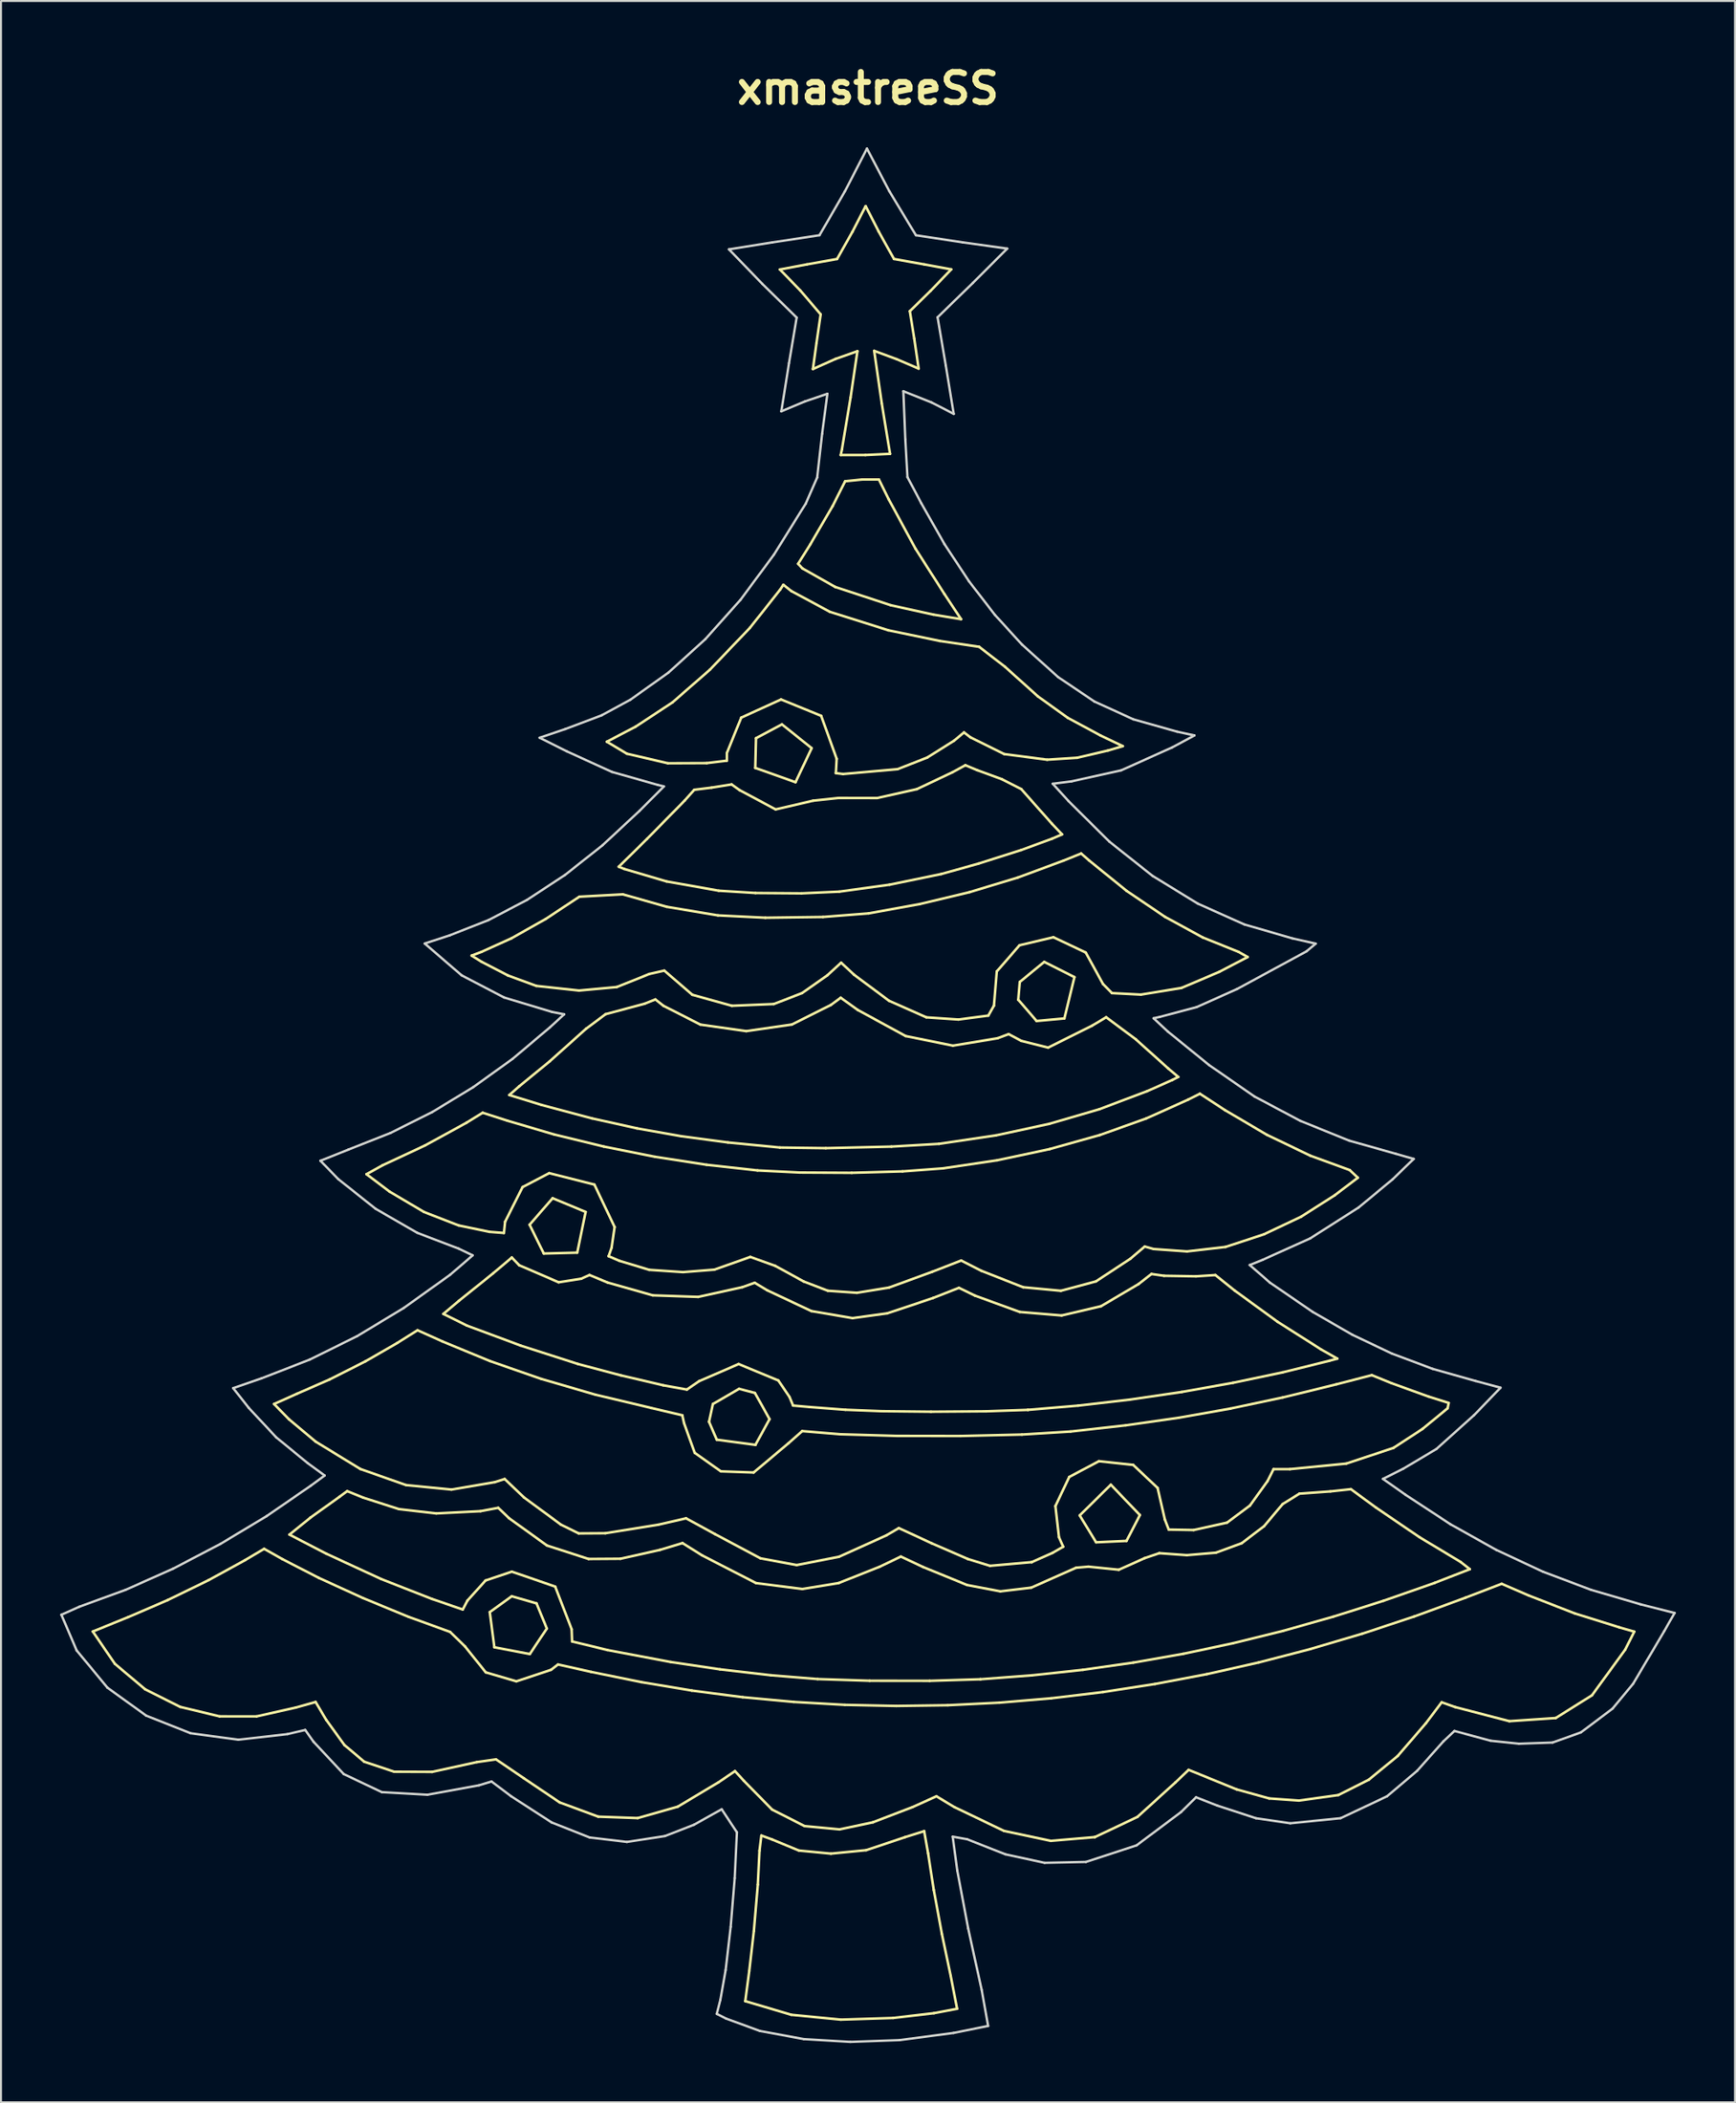
<source format=kicad_pcb>
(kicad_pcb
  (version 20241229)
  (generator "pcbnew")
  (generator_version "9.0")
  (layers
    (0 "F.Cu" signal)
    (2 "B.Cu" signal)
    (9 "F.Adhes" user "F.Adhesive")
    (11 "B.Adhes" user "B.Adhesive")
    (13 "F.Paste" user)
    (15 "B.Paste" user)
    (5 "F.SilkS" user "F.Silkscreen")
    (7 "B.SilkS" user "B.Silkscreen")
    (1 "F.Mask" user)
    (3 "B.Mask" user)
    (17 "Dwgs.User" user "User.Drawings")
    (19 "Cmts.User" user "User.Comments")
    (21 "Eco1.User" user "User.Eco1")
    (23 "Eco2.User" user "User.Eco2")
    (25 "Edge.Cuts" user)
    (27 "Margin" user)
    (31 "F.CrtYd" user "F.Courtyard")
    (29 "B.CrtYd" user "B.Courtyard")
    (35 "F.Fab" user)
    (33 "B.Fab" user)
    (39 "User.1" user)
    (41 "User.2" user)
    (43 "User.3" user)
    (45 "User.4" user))
  (footprint "xmastreeSS"
    (layer "F.Cu")
    (at 40.917 52.429)
    (property "Reference" "xmastreeSS" (at 0 -51.002 0) (layer "F.SilkS") (effects (font (size 1.524 1.524) (thickness 0.305))))
    (attr smd)
    (fp_line (start -39.266 27.128) (end -38.15 28.762) (stroke (width 0.129) (type solid)) (layer "F.SilkS"))
    (fp_line (start -38.15 28.762) (end -36.613 30.056) (stroke (width 0.129) (type solid)) (layer "F.SilkS"))
    (fp_line (start -37.471 26.399) (end -39.266 27.128) (stroke (width 0.129) (type solid)) (layer "F.SilkS"))
    (fp_line (start -36.613 30.056) (end -34.84 30.946) (stroke (width 0.129) (type solid)) (layer "F.SilkS"))
    (fp_line (start -35.473 25.538) (end -37.471 26.399) (stroke (width 0.129) (type solid)) (layer "F.SilkS"))
    (fp_line (start -34.84 30.946) (end -32.846 31.424) (stroke (width 0.129) (type solid)) (layer "F.SilkS"))
    (fp_line (start -33.392 24.524) (end -35.473 25.538) (stroke (width 0.129) (type solid)) (layer "F.SilkS"))
    (fp_line (start -32.846 31.424) (end -30.968 31.425) (stroke (width 0.129) (type solid)) (layer "F.SilkS"))
    (fp_line (start -31.55 23.513) (end -33.392 24.524) (stroke (width 0.129) (type solid)) (layer "F.SilkS"))
    (fp_line (start -30.968 31.425) (end -28.981 30.979) (stroke (width 0.129) (type solid)) (layer "F.SilkS"))
    (fp_line (start -30.588 22.942) (end -31.55 23.513) (stroke (width 0.129) (type solid)) (layer "F.SilkS"))
    (fp_line (start -30.084 15.61) (end -29.328 16.384) (stroke (width 0.129) (type solid)) (layer "F.SilkS"))
    (fp_line (start -29.658 23.467) (end -30.588 22.942) (stroke (width 0.129) (type solid)) (layer "F.SilkS"))
    (fp_line (start -29.328 16.384) (end -27.974 17.517) (stroke (width 0.129) (type solid)) (layer "F.SilkS"))
    (fp_line (start -29.305 22.222) (end -27.441 23.188) (stroke (width 0.129) (type solid)) (layer "F.SilkS"))
    (fp_line (start -28.981 30.979) (end -27.98 30.697) (stroke (width 0.129) (type solid)) (layer "F.SilkS"))
    (fp_line (start -28.926 15.09) (end -30.084 15.61) (stroke (width 0.129) (type solid)) (layer "F.SilkS"))
    (fp_line (start -28.244 21.364) (end -29.305 22.222) (stroke (width 0.129) (type solid)) (layer "F.SilkS"))
    (fp_line (start -27.98 30.697) (end -27.441 31.605) (stroke (width 0.129) (type solid)) (layer "F.SilkS"))
    (fp_line (start -27.974 17.517) (end -25.711 18.902) (stroke (width 0.129) (type solid)) (layer "F.SilkS"))
    (fp_line (start -27.82 24.413) (end -29.658 23.467) (stroke (width 0.129) (type solid)) (layer "F.SilkS"))
    (fp_line (start -27.441 23.188) (end -24.654 24.474) (stroke (width 0.129) (type solid)) (layer "F.SilkS"))
    (fp_line (start -27.441 31.605) (end -26.519 32.878) (stroke (width 0.129) (type solid)) (layer "F.SilkS"))
    (fp_line (start -27.278 14.37) (end -28.926 15.09) (stroke (width 0.129) (type solid)) (layer "F.SilkS"))
    (fp_line (start -26.76 20.3) (end -28.244 21.364) (stroke (width 0.129) (type solid)) (layer "F.SilkS"))
    (fp_line (start -26.519 32.878) (end -25.518 33.72) (stroke (width 0.129) (type solid)) (layer "F.SilkS"))
    (fp_line (start -26.38 20.022) (end -26.76 20.3) (stroke (width 0.129) (type solid)) (layer "F.SilkS"))
    (fp_line (start -25.711 18.902) (end -23.395 19.715) (stroke (width 0.129) (type solid)) (layer "F.SilkS"))
    (fp_line (start -25.582 25.434) (end -27.82 24.413) (stroke (width 0.129) (type solid)) (layer "F.SilkS"))
    (fp_line (start -25.572 20.348) (end -26.38 20.022) (stroke (width 0.129) (type solid)) (layer "F.SilkS"))
    (fp_line (start -25.518 33.72) (end -24 34.229) (stroke (width 0.129) (type solid)) (layer "F.SilkS"))
    (fp_line (start -25.451 13.446) (end -27.278 14.37) (stroke (width 0.129) (type solid)) (layer "F.SilkS"))
    (fp_line (start -25.402 3.973) (end -24.239 4.852) (stroke (width 0.129) (type solid)) (layer "F.SilkS"))
    (fp_line (start -24.654 24.474) (end -22.086 25.48) (stroke (width 0.129) (type solid)) (layer "F.SilkS"))
    (fp_line (start -24.585 3.521) (end -25.402 3.973) (stroke (width 0.129) (type solid)) (layer "F.SilkS"))
    (fp_line (start -24.239 4.852) (end -22.49 5.887) (stroke (width 0.129) (type solid)) (layer "F.SilkS"))
    (fp_line (start -24 34.229) (end -22.078 34.236) (stroke (width 0.129) (type solid)) (layer "F.SilkS"))
    (fp_line (start -23.843 12.519) (end -25.451 13.446) (stroke (width 0.129) (type solid)) (layer "F.SilkS"))
    (fp_line (start -23.758 20.932) (end -25.572 20.348) (stroke (width 0.129) (type solid)) (layer "F.SilkS"))
    (fp_line (start -23.395 19.715) (end -21.098 19.942) (stroke (width 0.129) (type solid)) (layer "F.SilkS"))
    (fp_line (start -23.258 26.392) (end -25.582 25.434) (stroke (width 0.129) (type solid)) (layer "F.SilkS"))
    (fp_line (start -22.818 11.874) (end -23.843 12.519) (stroke (width 0.129) (type solid)) (layer "F.SilkS"))
    (fp_line (start -22.49 5.887) (end -20.734 6.568) (stroke (width 0.129) (type solid)) (layer "F.SilkS"))
    (fp_line (start -22.427 2.513) (end -24.585 3.521) (stroke (width 0.129) (type solid)) (layer "F.SilkS"))
    (fp_line (start -22.086 25.48) (end -20.528 26.015) (stroke (width 0.129) (type solid)) (layer "F.SilkS"))
    (fp_line (start -22.078 34.236) (end -19.813 33.74) (stroke (width 0.129) (type solid)) (layer "F.SilkS"))
    (fp_line (start -21.87 21.15) (end -23.758 20.932) (stroke (width 0.129) (type solid)) (layer "F.SilkS"))
    (fp_line (start -21.563 12.439) (end -22.818 11.874) (stroke (width 0.129) (type solid)) (layer "F.SilkS"))
    (fp_line (start -21.509 11.048) (end -20.315 11.639) (stroke (width 0.129) (type solid)) (layer "F.SilkS"))
    (fp_line (start -21.164 27.15) (end -23.258 26.392) (stroke (width 0.129) (type solid)) (layer "F.SilkS"))
    (fp_line (start -21.098 19.942) (end -18.897 19.564) (stroke (width 0.129) (type solid)) (layer "F.SilkS"))
    (fp_line (start -20.734 6.568) (end -19.174 6.893) (stroke (width 0.129) (type solid)) (layer "F.SilkS"))
    (fp_line (start -20.718 10.382) (end -21.509 11.048) (stroke (width 0.129) (type solid)) (layer "F.SilkS"))
    (fp_line (start -20.528 26.015) (end -20.288 25.562) (stroke (width 0.129) (type solid)) (layer "F.SilkS"))
    (fp_line (start -20.409 27.889) (end -21.164 27.15) (stroke (width 0.129) (type solid)) (layer "F.SilkS"))
    (fp_line (start -20.332 1.365) (end -22.427 2.513) (stroke (width 0.129) (type solid)) (layer "F.SilkS"))
    (fp_line (start -20.315 11.639) (end -17.607 12.646) (stroke (width 0.129) (type solid)) (layer "F.SilkS"))
    (fp_line (start -20.288 25.562) (end -19.375 24.547) (stroke (width 0.129) (type solid)) (layer "F.SilkS"))
    (fp_line (start -20.076 -7.095) (end -19.579 -6.784) (stroke (width 0.129) (type solid)) (layer "F.SilkS"))
    (fp_line (start -19.813 33.74) (end -18.842 33.601) (stroke (width 0.129) (type solid)) (layer "F.SilkS"))
    (fp_line (start -19.629 21.036) (end -21.87 21.15) (stroke (width 0.129) (type solid)) (layer "F.SilkS"))
    (fp_line (start -19.579 -7.282) (end -20.076 -7.095) (stroke (width 0.129) (type solid)) (layer "F.SilkS"))
    (fp_line (start -19.579 -6.784) (end -18.243 -6.091) (stroke (width 0.129) (type solid)) (layer "F.SilkS"))
    (fp_line (start -19.518 0.861) (end -20.332 1.365) (stroke (width 0.129) (type solid)) (layer "F.SilkS"))
    (fp_line (start -19.375 24.547) (end -18.041 24.098) (stroke (width 0.129) (type solid)) (layer "F.SilkS"))
    (fp_line (start -19.363 29.195) (end -20.409 27.889) (stroke (width 0.129) (type solid)) (layer "F.SilkS"))
    (fp_line (start -19.174 6.893) (end -18.442 6.95) (stroke (width 0.129) (type solid)) (layer "F.SilkS"))
    (fp_line (start -19.158 26.147) (end -18.924 27.927) (stroke (width 0.129) (type solid)) (layer "F.SilkS"))
    (fp_line (start -19.15 13.435) (end -21.563 12.439) (stroke (width 0.129) (type solid)) (layer "F.SilkS"))
    (fp_line (start -18.984 8.989) (end -20.718 10.382) (stroke (width 0.129) (type solid)) (layer "F.SilkS"))
    (fp_line (start -18.924 27.927) (end -17.13 28.269) (stroke (width 0.129) (type solid)) (layer "F.SilkS"))
    (fp_line (start -18.897 19.564) (end -18.404 19.406) (stroke (width 0.129) (type solid)) (layer "F.SilkS"))
    (fp_line (start -18.842 33.601) (end -17.428 34.562) (stroke (width 0.129) (type solid)) (layer "F.SilkS"))
    (fp_line (start -18.73 20.866) (end -19.629 21.036) (stroke (width 0.129) (type solid)) (layer "F.SilkS"))
    (fp_line (start -18.442 6.95) (end -18.383 6.382) (stroke (width 0.129) (type solid)) (layer "F.SilkS"))
    (fp_line (start -18.404 19.406) (end -17.428 20.338) (stroke (width 0.129) (type solid)) (layer "F.SilkS"))
    (fp_line (start -18.383 6.382) (end -17.496 4.626) (stroke (width 0.129) (type solid)) (layer "F.SilkS"))
    (fp_line (start -18.266 1.265) (end -19.518 0.861) (stroke (width 0.129) (type solid)) (layer "F.SilkS"))
    (fp_line (start -18.243 -6.091) (end -16.798 -5.56) (stroke (width 0.129) (type solid)) (layer "F.SilkS"))
    (fp_line (start -18.182 21.391) (end -18.73 20.866) (stroke (width 0.129) (type solid)) (layer "F.SilkS"))
    (fp_line (start -18.17 -0.035) (end -16.539 0.466) (stroke (width 0.129) (type solid)) (layer "F.SilkS"))
    (fp_line (start -18.062 -7.97) (end -19.579 -7.282) (stroke (width 0.129) (type solid)) (layer "F.SilkS"))
    (fp_line (start -18.045 25.344) (end -19.158 26.147) (stroke (width 0.129) (type solid)) (layer "F.SilkS"))
    (fp_line (start -18.041 8.192) (end -18.984 8.989) (stroke (width 0.129) (type solid)) (layer "F.SilkS"))
    (fp_line (start -18.041 24.098) (end -15.844 24.854) (stroke (width 0.129) (type solid)) (layer "F.SilkS"))
    (fp_line (start -17.812 29.651) (end -19.363 29.195) (stroke (width 0.129) (type solid)) (layer "F.SilkS"))
    (fp_line (start -17.665 -0.478) (end -18.17 -0.035) (stroke (width 0.129) (type solid)) (layer "F.SilkS"))
    (fp_line (start -17.664 8.585) (end -18.041 8.192) (stroke (width 0.129) (type solid)) (layer "F.SilkS"))
    (fp_line (start -17.607 12.646) (end -14.699 13.581) (stroke (width 0.129) (type solid)) (layer "F.SilkS"))
    (fp_line (start -17.496 4.626) (end -16.148 3.919) (stroke (width 0.129) (type solid)) (layer "F.SilkS"))
    (fp_line (start -17.428 34.562) (end -15.62 35.78) (stroke (width 0.129) (type solid)) (layer "F.SilkS"))
    (fp_line (start -17.428 20.338) (end -15.553 21.717) (stroke (width 0.129) (type solid)) (layer "F.SilkS"))
    (fp_line (start -17.141 6.532) (end -16.421 7.991) (stroke (width 0.129) (type solid)) (layer "F.SilkS"))
    (fp_line (start -17.13 28.269) (end -16.269 26.979) (stroke (width 0.129) (type solid)) (layer "F.SilkS"))
    (fp_line (start -16.798 -5.56) (end -14.638 -5.325) (stroke (width 0.129) (type solid)) (layer "F.SilkS"))
    (fp_line (start -16.788 25.706) (end -18.045 25.344) (stroke (width 0.129) (type solid)) (layer "F.SilkS"))
    (fp_line (start -16.545 14.341) (end -19.15 13.435) (stroke (width 0.129) (type solid)) (layer "F.SilkS"))
    (fp_line (start -16.539 0.466) (end -13.98 1.148) (stroke (width 0.129) (type solid)) (layer "F.SilkS"))
    (fp_line (start -16.421 7.991) (end -14.727 7.946) (stroke (width 0.129) (type solid)) (layer "F.SilkS"))
    (fp_line (start -16.331 -8.946) (end -18.062 -7.97) (stroke (width 0.129) (type solid)) (layer "F.SilkS"))
    (fp_line (start -16.269 26.979) (end -16.788 25.706) (stroke (width 0.129) (type solid)) (layer "F.SilkS"))
    (fp_line (start -16.261 22.774) (end -18.182 21.391) (stroke (width 0.129) (type solid)) (layer "F.SilkS"))
    (fp_line (start -16.148 3.919) (end -13.858 4.5) (stroke (width 0.129) (type solid)) (layer "F.SilkS"))
    (fp_line (start -16.118 -1.745) (end -17.665 -0.478) (stroke (width 0.129) (type solid)) (layer "F.SilkS"))
    (fp_line (start -16.053 29.067) (end -17.812 29.651) (stroke (width 0.129) (type solid)) (layer "F.SilkS"))
    (fp_line (start -15.974 5.189) (end -17.141 6.532) (stroke (width 0.129) (type solid)) (layer "F.SilkS"))
    (fp_line (start -15.892 1.963) (end -18.266 1.265) (stroke (width 0.129) (type solid)) (layer "F.SilkS"))
    (fp_line (start -15.844 24.854) (end -15.011 27.014) (stroke (width 0.129) (type solid)) (layer "F.SilkS"))
    (fp_line (start -15.701 28.798) (end -16.053 29.067) (stroke (width 0.129) (type solid)) (layer "F.SilkS"))
    (fp_line (start -15.67 9.446) (end -17.664 8.585) (stroke (width 0.129) (type solid)) (layer "F.SilkS"))
    (fp_line (start -15.62 35.78) (end -13.664 36.504) (stroke (width 0.129) (type solid)) (layer "F.SilkS"))
    (fp_line (start -15.553 21.717) (end -14.654 22.162) (stroke (width 0.129) (type solid)) (layer "F.SilkS"))
    (fp_line (start -15.011 27.014) (end -14.988 27.633) (stroke (width 0.129) (type solid)) (layer "F.SilkS"))
    (fp_line (start -14.988 27.633) (end -13.198 28.066) (stroke (width 0.129) (type solid)) (layer "F.SilkS"))
    (fp_line (start -14.727 7.946) (end -14.303 5.885) (stroke (width 0.129) (type solid)) (layer "F.SilkS"))
    (fp_line (start -14.699 13.581) (end -12.516 14.159) (stroke (width 0.129) (type solid)) (layer "F.SilkS"))
    (fp_line (start -14.654 22.162) (end -13.303 22.153) (stroke (width 0.129) (type solid)) (layer "F.SilkS"))
    (fp_line (start -14.638 -5.325) (end -12.727 -5.502) (stroke (width 0.129) (type solid)) (layer "F.SilkS"))
    (fp_line (start -14.619 -10.077) (end -16.331 -8.946) (stroke (width 0.129) (type solid)) (layer "F.SilkS"))
    (fp_line (start -14.526 9.266) (end -15.67 9.446) (stroke (width 0.129) (type solid)) (layer "F.SilkS"))
    (fp_line (start -14.303 5.885) (end -15.974 5.189) (stroke (width 0.129) (type solid)) (layer "F.SilkS"))
    (fp_line (start -14.277 -3.394) (end -16.118 -1.745) (stroke (width 0.129) (type solid)) (layer "F.SilkS"))
    (fp_line (start -14.156 23.456) (end -16.261 22.774) (stroke (width 0.129) (type solid)) (layer "F.SilkS"))
    (fp_line (start -14.108 9.078) (end -14.526 9.266) (stroke (width 0.129) (type solid)) (layer "F.SilkS"))
    (fp_line (start -14.031 29.171) (end -15.701 28.798) (stroke (width 0.129) (type solid)) (layer "F.SilkS"))
    (fp_line (start -13.98 1.148) (end -11.701 1.652) (stroke (width 0.129) (type solid)) (layer "F.SilkS"))
    (fp_line (start -13.858 4.5) (end -12.835 6.648) (stroke (width 0.129) (type solid)) (layer "F.SilkS"))
    (fp_line (start -13.804 15.138) (end -16.545 14.341) (stroke (width 0.129) (type solid)) (layer "F.SilkS"))
    (fp_line (start -13.664 36.504) (end -11.666 36.576) (stroke (width 0.129) (type solid)) (layer "F.SilkS"))
    (fp_line (start -13.381 2.575) (end -15.892 1.963) (stroke (width 0.129) (type solid)) (layer "F.SilkS"))
    (fp_line (start -13.303 22.153) (end -10.621 21.719) (stroke (width 0.129) (type solid)) (layer "F.SilkS"))
    (fp_line (start -13.291 -4.128) (end -14.277 -3.394) (stroke (width 0.129) (type solid)) (layer "F.SilkS"))
    (fp_line (start -13.228 -17.924) (end -12.211 -17.315) (stroke (width 0.129) (type solid)) (layer "F.SilkS"))
    (fp_line (start -13.198 28.066) (end -9.989 28.674) (stroke (width 0.129) (type solid)) (layer "F.SilkS"))
    (fp_line (start -13.185 9.46) (end -14.108 9.078) (stroke (width 0.129) (type solid)) (layer "F.SilkS"))
    (fp_line (start -13.139 8.125) (end -12.598 8.356) (stroke (width 0.129) (type solid)) (layer "F.SilkS"))
    (fp_line (start -12.989 7.698) (end -13.139 8.125) (stroke (width 0.129) (type solid)) (layer "F.SilkS"))
    (fp_line (start -12.835 6.648) (end -12.989 7.698) (stroke (width 0.129) (type solid)) (layer "F.SilkS"))
    (fp_line (start -12.727 -5.502) (end -11.082 -6.162) (stroke (width 0.129) (type solid)) (layer "F.SilkS"))
    (fp_line (start -12.623 -11.595) (end -12.339 -11.48) (stroke (width 0.129) (type solid)) (layer "F.SilkS"))
    (fp_line (start -12.598 8.356) (end -11.081 8.816) (stroke (width 0.129) (type solid)) (layer "F.SilkS"))
    (fp_line (start -12.538 23.445) (end -14.156 23.456) (stroke (width 0.129) (type solid)) (layer "F.SilkS"))
    (fp_line (start -12.516 14.159) (end -10.37 14.663) (stroke (width 0.129) (type solid)) (layer "F.SilkS"))
    (fp_line (start -12.417 -10.197) (end -14.619 -10.077) (stroke (width 0.129) (type solid)) (layer "F.SilkS"))
    (fp_line (start -12.339 -11.48) (end -10.198 -10.848) (stroke (width 0.129) (type solid)) (layer "F.SilkS"))
    (fp_line (start -12.211 -17.315) (end -10.136 -16.834) (stroke (width 0.129) (type solid)) (layer "F.SilkS"))
    (fp_line (start -11.773 -18.685) (end -13.228 -17.924) (stroke (width 0.129) (type solid)) (layer "F.SilkS"))
    (fp_line (start -11.701 1.652) (end -9.456 2.051) (stroke (width 0.129) (type solid)) (layer "F.SilkS"))
    (fp_line (start -11.666 36.576) (end -9.635 35.997) (stroke (width 0.129) (type solid)) (layer "F.SilkS"))
    (fp_line (start -11.484 29.691) (end -14.031 29.171) (stroke (width 0.129) (type solid)) (layer "F.SilkS"))
    (fp_line (start -11.309 -4.661) (end -13.291 -4.128) (stroke (width 0.129) (type solid)) (layer "F.SilkS"))
    (fp_line (start -11.193 -13.003) (end -12.623 -11.595) (stroke (width 0.129) (type solid)) (layer "F.SilkS"))
    (fp_line (start -11.082 -6.162) (end -10.318 -6.335) (stroke (width 0.129) (type solid)) (layer "F.SilkS"))
    (fp_line (start -11.081 8.816) (end -9.37 8.933) (stroke (width 0.129) (type solid)) (layer "F.SilkS"))
    (fp_line (start -10.981 15.81) (end -13.804 15.138) (stroke (width 0.129) (type solid)) (layer "F.SilkS"))
    (fp_line (start -10.901 10.108) (end -13.185 9.46) (stroke (width 0.129) (type solid)) (layer "F.SilkS"))
    (fp_line (start -10.79 3.091) (end -13.381 2.575) (stroke (width 0.129) (type solid)) (layer "F.SilkS"))
    (fp_line (start -10.77 -4.877) (end -11.309 -4.661) (stroke (width 0.129) (type solid)) (layer "F.SilkS"))
    (fp_line (start -10.621 21.719) (end -9.215 21.396) (stroke (width 0.129) (type solid)) (layer "F.SilkS"))
    (fp_line (start -10.538 22.996) (end -12.538 23.445) (stroke (width 0.129) (type solid)) (layer "F.SilkS"))
    (fp_line (start -10.37 14.663) (end -9.172 14.878) (stroke (width 0.129) (type solid)) (layer "F.SilkS"))
    (fp_line (start -10.364 -4.555) (end -10.77 -4.877) (stroke (width 0.129) (type solid)) (layer "F.SilkS"))
    (fp_line (start -10.318 -6.335) (end -8.897 -5.11) (stroke (width 0.129) (type solid)) (layer "F.SilkS"))
    (fp_line (start -10.198 -10.848) (end -7.562 -10.381) (stroke (width 0.129) (type solid)) (layer "F.SilkS"))
    (fp_line (start -10.197 -9.565) (end -12.417 -10.197) (stroke (width 0.129) (type solid)) (layer "F.SilkS"))
    (fp_line (start -10.136 -16.834) (end -8.165 -16.842) (stroke (width 0.129) (type solid)) (layer "F.SilkS"))
    (fp_line (start -9.989 28.674) (end -7.504 29.043) (stroke (width 0.129) (type solid)) (layer "F.SilkS"))
    (fp_line (start -9.91 -19.91) (end -11.773 -18.685) (stroke (width 0.129) (type solid)) (layer "F.SilkS"))
    (fp_line (start -9.635 35.997) (end -7.58 34.768) (stroke (width 0.129) (type solid)) (layer "F.SilkS"))
    (fp_line (start -9.456 2.051) (end -7.093 2.367) (stroke (width 0.129) (type solid)) (layer "F.SilkS"))
    (fp_line (start -9.406 16.179) (end -10.981 15.81) (stroke (width 0.129) (type solid)) (layer "F.SilkS"))
    (fp_line (start -9.396 22.65) (end -10.538 22.996) (stroke (width 0.129) (type solid)) (layer "F.SilkS"))
    (fp_line (start -9.37 8.933) (end -7.782 8.806) (stroke (width 0.129) (type solid)) (layer "F.SilkS"))
    (fp_line (start -9.318 16.576) (end -9.406 16.179) (stroke (width 0.129) (type solid)) (layer "F.SilkS"))
    (fp_line (start -9.281 -14.951) (end -11.193 -13.003) (stroke (width 0.129) (type solid)) (layer "F.SilkS"))
    (fp_line (start -9.215 21.396) (end -7.749 22.198) (stroke (width 0.129) (type solid)) (layer "F.SilkS"))
    (fp_line (start -9.172 14.878) (end -8.557 14.454) (stroke (width 0.129) (type solid)) (layer "F.SilkS"))
    (fp_line (start -8.923 30.119) (end -11.484 29.691) (stroke (width 0.129) (type solid)) (layer "F.SilkS"))
    (fp_line (start -8.897 -5.11) (end -6.894 -4.554) (stroke (width 0.129) (type solid)) (layer "F.SilkS"))
    (fp_line (start -8.798 -15.491) (end -9.281 -14.951) (stroke (width 0.129) (type solid)) (layer "F.SilkS"))
    (fp_line (start -8.777 18.08) (end -9.318 16.576) (stroke (width 0.129) (type solid)) (layer "F.SilkS"))
    (fp_line (start -8.6 10.187) (end -10.901 10.108) (stroke (width 0.129) (type solid)) (layer "F.SilkS"))
    (fp_line (start -8.557 14.454) (end -6.553 13.585) (stroke (width 0.129) (type solid)) (layer "F.SilkS"))
    (fp_line (start -8.492 -3.602) (end -10.364 -4.555) (stroke (width 0.129) (type solid)) (layer "F.SilkS"))
    (fp_line (start -8.408 23.272) (end -9.396 22.65) (stroke (width 0.129) (type solid)) (layer "F.SilkS"))
    (fp_line (start -8.176 3.497) (end -10.79 3.091) (stroke (width 0.129) (type solid)) (layer "F.SilkS"))
    (fp_line (start -8.165 -16.842) (end -7.148 -16.966) (stroke (width 0.129) (type solid)) (layer "F.SilkS"))
    (fp_line (start -8.052 16.509) (end -7.659 17.416) (stroke (width 0.129) (type solid)) (layer "F.SilkS"))
    (fp_line (start -8.006 -21.571) (end -9.91 -19.91) (stroke (width 0.129) (type solid)) (layer "F.SilkS"))
    (fp_line (start -7.923 -15.6) (end -8.798 -15.491) (stroke (width 0.129) (type solid)) (layer "F.SilkS"))
    (fp_line (start -7.855 15.611) (end -8.052 16.509) (stroke (width 0.129) (type solid)) (layer "F.SilkS"))
    (fp_line (start -7.782 8.806) (end -5.96 8.161) (stroke (width 0.129) (type solid)) (layer "F.SilkS"))
    (fp_line (start -7.749 22.198) (end -5.444 23.425) (stroke (width 0.129) (type solid)) (layer "F.SilkS"))
    (fp_line (start -7.659 17.416) (end -5.702 17.679) (stroke (width 0.129) (type solid)) (layer "F.SilkS"))
    (fp_line (start -7.6 -9.131) (end -10.197 -9.565) (stroke (width 0.129) (type solid)) (layer "F.SilkS"))
    (fp_line (start -7.58 34.768) (end -6.737 34.198) (stroke (width 0.129) (type solid)) (layer "F.SilkS"))
    (fp_line (start -7.562 -10.381) (end -5.697 -10.265) (stroke (width 0.129) (type solid)) (layer "F.SilkS"))
    (fp_line (start -7.504 29.043) (end -4.918 29.343) (stroke (width 0.129) (type solid)) (layer "F.SilkS"))
    (fp_line (start -7.453 19.02) (end -8.777 18.08) (stroke (width 0.129) (type solid)) (layer "F.SilkS"))
    (fp_line (start -7.148 -17.35) (end -6.421 -19.144) (stroke (width 0.129) (type solid)) (layer "F.SilkS"))
    (fp_line (start -7.148 -16.966) (end -7.148 -17.35) (stroke (width 0.129) (type solid)) (layer "F.SilkS"))
    (fp_line (start -7.093 2.367) (end -4.462 2.624) (stroke (width 0.129) (type solid)) (layer "F.SilkS"))
    (fp_line (start -6.907 -15.763) (end -7.923 -15.6) (stroke (width 0.129) (type solid)) (layer "F.SilkS"))
    (fp_line (start -6.894 -4.554) (end -4.772 -4.643) (stroke (width 0.129) (type solid)) (layer "F.SilkS"))
    (fp_line (start -6.737 34.198) (end -6.286 34.689) (stroke (width 0.129) (type solid)) (layer "F.SilkS"))
    (fp_line (start -6.553 13.585) (end -4.541 14.418) (stroke (width 0.129) (type solid)) (layer "F.SilkS"))
    (fp_line (start -6.529 14.839) (end -7.855 15.611) (stroke (width 0.129) (type solid)) (layer "F.SilkS"))
    (fp_line (start -6.505 -15.473) (end -6.907 -15.763) (stroke (width 0.129) (type solid)) (layer "F.SilkS"))
    (fp_line (start -6.421 -19.144) (end -4.404 -20.064) (stroke (width 0.129) (type solid)) (layer "F.SilkS"))
    (fp_line (start -6.366 9.694) (end -8.6 10.187) (stroke (width 0.129) (type solid)) (layer "F.SilkS"))
    (fp_line (start -6.35 30.453) (end -8.923 30.119) (stroke (width 0.129) (type solid)) (layer "F.SilkS"))
    (fp_line (start -6.286 34.689) (end -4.856 36.146) (stroke (width 0.129) (type solid)) (layer "F.SilkS"))
    (fp_line (start -6.218 45.843) (end -3.889 46.535) (stroke (width 0.129) (type solid)) (layer "F.SilkS"))
    (fp_line (start -6.167 -3.27) (end -8.492 -3.602) (stroke (width 0.129) (type solid)) (layer "F.SilkS"))
    (fp_line (start -6.015 44.323) (end -6.218 45.843) (stroke (width 0.129) (type solid)) (layer "F.SilkS"))
    (fp_line (start -5.98 -23.69) (end -8.006 -21.571) (stroke (width 0.129) (type solid)) (layer "F.SilkS"))
    (fp_line (start -5.96 8.161) (end -4.698 8.615) (stroke (width 0.129) (type solid)) (layer "F.SilkS"))
    (fp_line (start -5.793 19.078) (end -7.453 19.02) (stroke (width 0.129) (type solid)) (layer "F.SilkS"))
    (fp_line (start -5.78 42.293) (end -6.015 44.323) (stroke (width 0.129) (type solid)) (layer "F.SilkS"))
    (fp_line (start -5.738 9.469) (end -6.366 9.694) (stroke (width 0.129) (type solid)) (layer "F.SilkS"))
    (fp_line (start -5.727 15.049) (end -6.529 14.839) (stroke (width 0.129) (type solid)) (layer "F.SilkS"))
    (fp_line (start -5.709 -16.597) (end -3.671 -15.873) (stroke (width 0.129) (type solid)) (layer "F.SilkS"))
    (fp_line (start -5.702 17.679) (end -5.702 17.679) (stroke (width 0.129) (type solid)) (layer "F.SilkS"))
    (fp_line (start -5.702 17.679) (end -4.987 16.376) (stroke (width 0.129) (type solid)) (layer "F.SilkS"))
    (fp_line (start -5.697 -10.265) (end -3.371 -10.247) (stroke (width 0.129) (type solid)) (layer "F.SilkS"))
    (fp_line (start -5.673 24.676) (end -8.408 23.272) (stroke (width 0.129) (type solid)) (layer "F.SilkS"))
    (fp_line (start -5.671 -18.102) (end -5.709 -16.597) (stroke (width 0.129) (type solid)) (layer "F.SilkS"))
    (fp_line (start -5.598 3.783) (end -8.176 3.497) (stroke (width 0.129) (type solid)) (layer "F.SilkS"))
    (fp_line (start -5.58 39.943) (end -5.78 42.293) (stroke (width 0.129) (type solid)) (layer "F.SilkS"))
    (fp_line (start -5.495 38.223) (end -5.58 39.943) (stroke (width 0.129) (type solid)) (layer "F.SilkS"))
    (fp_line (start -5.444 23.425) (end -3.611 23.763) (stroke (width 0.129) (type solid)) (layer "F.SilkS"))
    (fp_line (start -5.402 37.459) (end -5.495 38.223) (stroke (width 0.129) (type solid)) (layer "F.SilkS"))
    (fp_line (start -5.203 -9.012) (end -7.6 -9.131) (stroke (width 0.129) (type solid)) (layer "F.SilkS"))
    (fp_line (start -5.106 9.852) (end -5.738 9.469) (stroke (width 0.129) (type solid)) (layer "F.SilkS"))
    (fp_line (start -4.987 16.376) (end -5.727 15.049) (stroke (width 0.129) (type solid)) (layer "F.SilkS"))
    (fp_line (start -4.918 29.343) (end -2.551 29.536) (stroke (width 0.129) (type solid)) (layer "F.SilkS"))
    (fp_line (start -4.86 37.658) (end -5.402 37.459) (stroke (width 0.129) (type solid)) (layer "F.SilkS"))
    (fp_line (start -4.856 36.146) (end -3.213 36.979) (stroke (width 0.129) (type solid)) (layer "F.SilkS"))
    (fp_line (start -4.772 -4.643) (end -3.343 -5.194) (stroke (width 0.129) (type solid)) (layer "F.SilkS"))
    (fp_line (start -4.698 8.615) (end -3.259 9.404) (stroke (width 0.129) (type solid)) (layer "F.SilkS"))
    (fp_line (start -4.678 -14.497) (end -6.505 -15.473) (stroke (width 0.129) (type solid)) (layer "F.SilkS"))
    (fp_line (start -4.541 14.418) (end -3.975 15.253) (stroke (width 0.129) (type solid)) (layer "F.SilkS"))
    (fp_line (start -4.462 -41.834) (end -3.429 -40.772) (stroke (width 0.129) (type solid)) (layer "F.SilkS"))
    (fp_line (start -4.462 2.624) (end -2.14 2.655) (stroke (width 0.129) (type solid)) (layer "F.SilkS"))
    (fp_line (start -4.452 -25.622) (end -5.98 -23.69) (stroke (width 0.129) (type solid)) (layer "F.SilkS"))
    (fp_line (start -4.404 -20.064) (end -2.371 -19.234) (stroke (width 0.129) (type solid)) (layer "F.SilkS"))
    (fp_line (start -4.359 -18.802) (end -5.671 -18.102) (stroke (width 0.129) (type solid)) (layer "F.SilkS"))
    (fp_line (start -4.288 -25.871) (end -4.452 -25.622) (stroke (width 0.129) (type solid)) (layer "F.SilkS"))
    (fp_line (start -4.033 17.6) (end -5.793 19.078) (stroke (width 0.129) (type solid)) (layer "F.SilkS"))
    (fp_line (start -3.975 15.253) (end -3.795 15.688) (stroke (width 0.129) (type solid)) (layer "F.SilkS"))
    (fp_line (start -3.889 46.535) (end -1.378 46.779) (stroke (width 0.129) (type solid)) (layer "F.SilkS"))
    (fp_line (start -3.884 -25.553) (end -4.288 -25.871) (stroke (width 0.129) (type solid)) (layer "F.SilkS"))
    (fp_line (start -3.854 -3.606) (end -6.167 -3.27) (stroke (width 0.129) (type solid)) (layer "F.SilkS"))
    (fp_line (start -3.795 15.688) (end -2.966 15.762) (stroke (width 0.129) (type solid)) (layer "F.SilkS"))
    (fp_line (start -3.765 30.694) (end -6.35 30.453) (stroke (width 0.129) (type solid)) (layer "F.SilkS"))
    (fp_line (start -3.671 -15.873) (end -2.854 -17.598) (stroke (width 0.129) (type solid)) (layer "F.SilkS"))
    (fp_line (start -3.611 23.763) (end -1.469 23.345) (stroke (width 0.129) (type solid)) (layer "F.SilkS"))
    (fp_line (start -3.538 -26.933) (end -3.317 -26.697) (stroke (width 0.129) (type solid)) (layer "F.SilkS"))
    (fp_line (start -3.499 38.218) (end -4.86 37.658) (stroke (width 0.129) (type solid)) (layer "F.SilkS"))
    (fp_line (start -3.445 3.889) (end -5.598 3.783) (stroke (width 0.129) (type solid)) (layer "F.SilkS"))
    (fp_line (start -3.429 -40.772) (end -2.396 -39.562) (stroke (width 0.129) (type solid)) (layer "F.SilkS"))
    (fp_line (start -3.371 -10.247) (end -1.451 -10.334) (stroke (width 0.129) (type solid)) (layer "F.SilkS"))
    (fp_line (start -3.343 -5.194) (end -2.055 -6.099) (stroke (width 0.129) (type solid)) (layer "F.SilkS"))
    (fp_line (start -3.332 16.981) (end -4.033 17.6) (stroke (width 0.129) (type solid)) (layer "F.SilkS"))
    (fp_line (start -3.326 24.975) (end -5.673 24.676) (stroke (width 0.129) (type solid)) (layer "F.SilkS"))
    (fp_line (start -3.317 -26.697) (end -1.662 -25.761) (stroke (width 0.129) (type solid)) (layer "F.SilkS"))
    (fp_line (start -3.259 9.404) (end -2.034 9.875) (stroke (width 0.129) (type solid)) (layer "F.SilkS"))
    (fp_line (start -3.213 36.979) (end -1.441 37.147) (stroke (width 0.129) (type solid)) (layer "F.SilkS"))
    (fp_line (start -3.093 -42.093) (end -4.462 -41.834) (stroke (width 0.129) (type solid)) (layer "F.SilkS"))
    (fp_line (start -2.966 15.762) (end -1.142 15.901) (stroke (width 0.129) (type solid)) (layer "F.SilkS"))
    (fp_line (start -2.93 -27.904) (end -3.538 -26.933) (stroke (width 0.129) (type solid)) (layer "F.SilkS"))
    (fp_line (start -2.866 10.904) (end -5.106 9.852) (stroke (width 0.129) (type solid)) (layer "F.SilkS"))
    (fp_line (start -2.854 -17.598) (end -4.359 -18.802) (stroke (width 0.129) (type solid)) (layer "F.SilkS"))
    (fp_line (start -2.79 -36.793) (end -1.647 -37.304) (stroke (width 0.129) (type solid)) (layer "F.SilkS"))
    (fp_line (start -2.78 -14.938) (end -4.678 -14.497) (stroke (width 0.129) (type solid)) (layer "F.SilkS"))
    (fp_line (start -2.609 -38.108) (end -2.79 -36.793) (stroke (width 0.129) (type solid)) (layer "F.SilkS"))
    (fp_line (start -2.551 29.536) (end 0.082 29.622) (stroke (width 0.129) (type solid)) (layer "F.SilkS"))
    (fp_line (start -2.396 -39.562) (end -2.609 -38.108) (stroke (width 0.129) (type solid)) (layer "F.SilkS"))
    (fp_line (start -2.371 -19.234) (end -1.586 -17.057) (stroke (width 0.129) (type solid)) (layer "F.SilkS"))
    (fp_line (start -2.28 -9.051) (end -5.203 -9.012) (stroke (width 0.129) (type solid)) (layer "F.SilkS"))
    (fp_line (start -2.14 2.655) (end 1.186 2.577) (stroke (width 0.129) (type solid)) (layer "F.SilkS"))
    (fp_line (start -2.055 -6.099) (end -1.36 -6.736) (stroke (width 0.129) (type solid)) (layer "F.SilkS"))
    (fp_line (start -2.034 9.875) (end -0.562 9.979) (stroke (width 0.129) (type solid)) (layer "F.SilkS"))
    (fp_line (start -1.933 -24.502) (end -3.884 -25.553) (stroke (width 0.129) (type solid)) (layer "F.SilkS"))
    (fp_line (start -1.88 -4.596) (end -3.854 -3.606) (stroke (width 0.129) (type solid)) (layer "F.SilkS"))
    (fp_line (start -1.879 38.375) (end -3.499 38.218) (stroke (width 0.129) (type solid)) (layer "F.SilkS"))
    (fp_line (start -1.794 -29.852) (end -2.93 -27.904) (stroke (width 0.129) (type solid)) (layer "F.SilkS"))
    (fp_line (start -1.662 -25.761) (end 1.154 -24.834) (stroke (width 0.129) (type solid)) (layer "F.SilkS"))
    (fp_line (start -1.647 -37.304) (end -0.536 -37.698) (stroke (width 0.129) (type solid)) (layer "F.SilkS"))
    (fp_line (start -1.627 -16.333) (end -1.262 -16.288) (stroke (width 0.129) (type solid)) (layer "F.SilkS"))
    (fp_line (start -1.586 -17.057) (end -1.627 -16.333) (stroke (width 0.129) (type solid)) (layer "F.SilkS"))
    (fp_line (start -1.564 -42.366) (end -3.093 -42.093) (stroke (width 0.129) (type solid)) (layer "F.SilkS"))
    (fp_line (start -1.499 -15.075) (end -2.78 -14.938) (stroke (width 0.129) (type solid)) (layer "F.SilkS"))
    (fp_line (start -1.483 24.674) (end -3.326 24.975) (stroke (width 0.129) (type solid)) (layer "F.SilkS"))
    (fp_line (start -1.469 23.345) (end 0.933 22.26) (stroke (width 0.129) (type solid)) (layer "F.SilkS"))
    (fp_line (start -1.451 -10.334) (end 1.092 -10.684) (stroke (width 0.129) (type solid)) (layer "F.SilkS"))
    (fp_line (start -1.441 37.147) (end 0.25 36.788) (stroke (width 0.129) (type solid)) (layer "F.SilkS"))
    (fp_line (start -1.405 17.14) (end -3.332 16.981) (stroke (width 0.129) (type solid)) (layer "F.SilkS"))
    (fp_line (start -1.381 -4.962) (end -1.88 -4.596) (stroke (width 0.129) (type solid)) (layer "F.SilkS"))
    (fp_line (start -1.379 -32.441) (end -0.131 -32.441) (stroke (width 0.129) (type solid)) (layer "F.SilkS"))
    (fp_line (start -1.378 46.779) (end 1.272 46.695) (stroke (width 0.129) (type solid)) (layer "F.SilkS"))
    (fp_line (start -1.36 -6.736) (end -0.713 -6.131) (stroke (width 0.129) (type solid)) (layer "F.SilkS"))
    (fp_line (start -1.319 -32.725) (end -1.379 -32.441) (stroke (width 0.129) (type solid)) (layer "F.SilkS"))
    (fp_line (start -1.262 -16.288) (end 1.5 -16.535) (stroke (width 0.129) (type solid)) (layer "F.SilkS"))
    (fp_line (start -1.17 30.843) (end -3.765 30.694) (stroke (width 0.129) (type solid)) (layer "F.SilkS"))
    (fp_line (start -1.156 -31.113) (end -1.794 -29.852) (stroke (width 0.129) (type solid)) (layer "F.SilkS"))
    (fp_line (start -1.142 15.901) (end 0.69 15.972) (stroke (width 0.129) (type solid)) (layer "F.SilkS"))
    (fp_line (start -0.883 -35.355) (end -1.319 -32.725) (stroke (width 0.129) (type solid)) (layer "F.SilkS"))
    (fp_line (start -0.829 3.903) (end -3.445 3.889) (stroke (width 0.129) (type solid)) (layer "F.SilkS"))
    (fp_line (start -0.789 -43.743) (end -1.564 -42.366) (stroke (width 0.129) (type solid)) (layer "F.SilkS"))
    (fp_line (start -0.782 11.262) (end -2.866 10.904) (stroke (width 0.129) (type solid)) (layer "F.SilkS"))
    (fp_line (start -0.713 -6.131) (end 1.063 -4.809) (stroke (width 0.129) (type solid)) (layer "F.SilkS"))
    (fp_line (start -0.562 9.979) (end 1.065 9.713) (stroke (width 0.129) (type solid)) (layer "F.SilkS"))
    (fp_line (start -0.536 -37.698) (end -0.883 -35.355) (stroke (width 0.129) (type solid)) (layer "F.SilkS"))
    (fp_line (start -0.52 -4.343) (end -1.381 -4.962) (stroke (width 0.129) (type solid)) (layer "F.SilkS"))
    (fp_line (start -0.301 -31.201) (end -1.156 -31.113) (stroke (width 0.129) (type solid)) (layer "F.SilkS"))
    (fp_line (start -0.131 -32.441) (end 1.117 -32.5) (stroke (width 0.129) (type solid)) (layer "F.SilkS"))
    (fp_line (start -0.118 -45.042) (end -0.789 -43.743) (stroke (width 0.129) (type solid)) (layer "F.SilkS"))
    (fp_line (start -0.095 38.2) (end -1.879 38.375) (stroke (width 0.129) (type solid)) (layer "F.SilkS"))
    (fp_line (start 0.032 -9.233) (end -2.28 -9.051) (stroke (width 0.129) (type solid)) (layer "F.SilkS"))
    (fp_line (start 0.082 29.622) (end 3.126 29.626) (stroke (width 0.129) (type solid)) (layer "F.SilkS"))
    (fp_line (start 0.25 36.788) (end 2.252 36.02) (stroke (width 0.129) (type solid)) (layer "F.SilkS"))
    (fp_line (start 0.312 -37.716) (end 1.453 -37.293) (stroke (width 0.129) (type solid)) (layer "F.SilkS"))
    (fp_line (start 0.468 -15.072) (end -1.499 -15.075) (stroke (width 0.129) (type solid)) (layer "F.SilkS"))
    (fp_line (start 0.546 -43.748) (end -0.118 -45.042) (stroke (width 0.129) (type solid)) (layer "F.SilkS"))
    (fp_line (start 0.554 -31.201) (end -0.301 -31.201) (stroke (width 0.129) (type solid)) (layer "F.SilkS"))
    (fp_line (start 0.59 23.849) (end -1.483 24.674) (stroke (width 0.129) (type solid)) (layer "F.SilkS"))
    (fp_line (start 0.69 15.972) (end 3.193 15.999) (stroke (width 0.129) (type solid)) (layer "F.SilkS"))
    (fp_line (start 0.699 -35.051) (end 0.312 -37.716) (stroke (width 0.129) (type solid)) (layer "F.SilkS"))
    (fp_line (start 0.933 22.26) (end 1.561 21.892) (stroke (width 0.129) (type solid)) (layer "F.SilkS"))
    (fp_line (start 0.973 11.019) (end -0.782 11.262) (stroke (width 0.129) (type solid)) (layer "F.SilkS"))
    (fp_line (start 1.021 -23.569) (end -1.933 -24.502) (stroke (width 0.129) (type solid)) (layer "F.SilkS"))
    (fp_line (start 1.052 -30.193) (end 0.554 -31.201) (stroke (width 0.129) (type solid)) (layer "F.SilkS"))
    (fp_line (start 1.063 -4.809) (end 2.956 -3.968) (stroke (width 0.129) (type solid)) (layer "F.SilkS"))
    (fp_line (start 1.065 9.713) (end 3.254 8.915) (stroke (width 0.129) (type solid)) (layer "F.SilkS"))
    (fp_line (start 1.092 -10.684) (end 3.7 -11.223) (stroke (width 0.129) (type solid)) (layer "F.SilkS"))
    (fp_line (start 1.117 -32.5) (end 0.699 -35.051) (stroke (width 0.129) (type solid)) (layer "F.SilkS"))
    (fp_line (start 1.154 -24.834) (end 3.312 -24.36) (stroke (width 0.129) (type solid)) (layer "F.SilkS"))
    (fp_line (start 1.186 2.577) (end 3.597 2.437) (stroke (width 0.129) (type solid)) (layer "F.SilkS"))
    (fp_line (start 1.272 46.695) (end 3.34 46.454) (stroke (width 0.129) (type solid)) (layer "F.SilkS"))
    (fp_line (start 1.316 -42.367) (end 0.546 -43.748) (stroke (width 0.129) (type solid)) (layer "F.SilkS"))
    (fp_line (start 1.433 30.898) (end -1.17 30.843) (stroke (width 0.129) (type solid)) (layer "F.SilkS"))
    (fp_line (start 1.441 17.223) (end -1.405 17.14) (stroke (width 0.129) (type solid)) (layer "F.SilkS"))
    (fp_line (start 1.453 -37.293) (end 2.565 -36.815) (stroke (width 0.129) (type solid)) (layer "F.SilkS"))
    (fp_line (start 1.5 -16.535) (end 3.008 -17.126) (stroke (width 0.129) (type solid)) (layer "F.SilkS"))
    (fp_line (start 1.561 21.892) (end 3.225 22.661) (stroke (width 0.129) (type solid)) (layer "F.SilkS"))
    (fp_line (start 1.664 23.334) (end 0.59 23.849) (stroke (width 0.129) (type solid)) (layer "F.SilkS"))
    (fp_line (start 1.752 3.831) (end -0.829 3.903) (stroke (width 0.129) (type solid)) (layer "F.SilkS"))
    (fp_line (start 1.872 37.543) (end -0.095 38.2) (stroke (width 0.129) (type solid)) (layer "F.SilkS"))
    (fp_line (start 1.909 -3.02) (end -0.52 -4.343) (stroke (width 0.129) (type solid)) (layer "F.SilkS"))
    (fp_line (start 2.12 -39.724) (end 3.168 -40.751) (stroke (width 0.129) (type solid)) (layer "F.SilkS"))
    (fp_line (start 2.252 36.02) (end 3.466 35.471) (stroke (width 0.129) (type solid)) (layer "F.SilkS"))
    (fp_line (start 2.343 -38.329) (end 2.12 -39.724) (stroke (width 0.129) (type solid)) (layer "F.SilkS"))
    (fp_line (start 2.406 -27.697) (end 1.052 -30.193) (stroke (width 0.129) (type solid)) (layer "F.SilkS"))
    (fp_line (start 2.474 -15.523) (end 0.468 -15.072) (stroke (width 0.129) (type solid)) (layer "F.SilkS"))
    (fp_line (start 2.565 -36.815) (end 2.343 -38.329) (stroke (width 0.129) (type solid)) (layer "F.SilkS"))
    (fp_line (start 2.623 -9.703) (end 0.032 -9.233) (stroke (width 0.129) (type solid)) (layer "F.SilkS"))
    (fp_line (start 2.786 23.861) (end 1.664 23.334) (stroke (width 0.129) (type solid)) (layer "F.SilkS"))
    (fp_line (start 2.846 37.236) (end 1.872 37.543) (stroke (width 0.129) (type solid)) (layer "F.SilkS"))
    (fp_line (start 2.848 -42.093) (end 1.316 -42.367) (stroke (width 0.129) (type solid)) (layer "F.SilkS"))
    (fp_line (start 2.956 -3.968) (end 4.578 -3.858) (stroke (width 0.129) (type solid)) (layer "F.SilkS"))
    (fp_line (start 3.008 -17.126) (end 4.359 -17.976) (stroke (width 0.129) (type solid)) (layer "F.SilkS"))
    (fp_line (start 3.045 38.358) (end 2.846 37.236) (stroke (width 0.129) (type solid)) (layer "F.SilkS"))
    (fp_line (start 3.126 29.626) (end 5.693 29.546) (stroke (width 0.129) (type solid)) (layer "F.SilkS"))
    (fp_line (start 3.168 -40.751) (end 4.217 -41.84) (stroke (width 0.129) (type solid)) (layer "F.SilkS"))
    (fp_line (start 3.193 15.999) (end 5.981 15.978) (stroke (width 0.129) (type solid)) (layer "F.SilkS"))
    (fp_line (start 3.225 22.661) (end 5.058 23.458) (stroke (width 0.129) (type solid)) (layer "F.SilkS"))
    (fp_line (start 3.254 8.915) (end 4.72 8.343) (stroke (width 0.129) (type solid)) (layer "F.SilkS"))
    (fp_line (start 3.301 10.241) (end 0.973 11.019) (stroke (width 0.129) (type solid)) (layer "F.SilkS"))
    (fp_line (start 3.312 -24.36) (end 4.715 -24.128) (stroke (width 0.129) (type solid)) (layer "F.SilkS"))
    (fp_line (start 3.331 40.213) (end 3.045 38.358) (stroke (width 0.129) (type solid)) (layer "F.SilkS"))
    (fp_line (start 3.34 46.454) (end 4.513 46.231) (stroke (width 0.129) (type solid)) (layer "F.SilkS"))
    (fp_line (start 3.466 35.471) (end 4.384 36.023) (stroke (width 0.129) (type solid)) (layer "F.SilkS"))
    (fp_line (start 3.597 2.437) (end 3.597 2.437) (stroke (width 0.129) (type solid)) (layer "F.SilkS"))
    (fp_line (start 3.597 2.437) (end 6.488 2.006) (stroke (width 0.129) (type solid)) (layer "F.SilkS"))
    (fp_line (start 3.637 -23.026) (end 1.021 -23.569) (stroke (width 0.129) (type solid)) (layer "F.SilkS"))
    (fp_line (start 3.7 -11.223) (end 5.597 -11.751) (stroke (width 0.129) (type solid)) (layer "F.SilkS"))
    (fp_line (start 3.742 42.44) (end 3.331 40.213) (stroke (width 0.129) (type solid)) (layer "F.SilkS"))
    (fp_line (start 3.803 3.678) (end 1.752 3.831) (stroke (width 0.129) (type solid)) (layer "F.SilkS"))
    (fp_line (start 3.869 -25.407) (end 2.406 -27.697) (stroke (width 0.129) (type solid)) (layer "F.SilkS"))
    (fp_line (start 4.043 30.861) (end 1.433 30.898) (stroke (width 0.129) (type solid)) (layer "F.SilkS"))
    (fp_line (start 4.189 44.556) (end 3.742 42.44) (stroke (width 0.129) (type solid)) (layer "F.SilkS"))
    (fp_line (start 4.217 -41.84) (end 2.848 -42.093) (stroke (width 0.129) (type solid)) (layer "F.SilkS"))
    (fp_line (start 4.27 -16.372) (end 2.474 -15.523) (stroke (width 0.129) (type solid)) (layer "F.SilkS"))
    (fp_line (start 4.303 -2.536) (end 1.909 -3.02) (stroke (width 0.129) (type solid)) (layer "F.SilkS"))
    (fp_line (start 4.359 -17.976) (end 4.863 -18.394) (stroke (width 0.129) (type solid)) (layer "F.SilkS"))
    (fp_line (start 4.384 36.023) (end 6.89 37.225) (stroke (width 0.129) (type solid)) (layer "F.SilkS"))
    (fp_line (start 4.513 46.231) (end 4.189 44.556) (stroke (width 0.129) (type solid)) (layer "F.SilkS"))
    (fp_line (start 4.578 -3.858) (end 6.097 -4.057) (stroke (width 0.129) (type solid)) (layer "F.SilkS"))
    (fp_line (start 4.607 9.727) (end 3.301 10.241) (stroke (width 0.129) (type solid)) (layer "F.SilkS"))
    (fp_line (start 4.683 17.228) (end 1.441 17.223) (stroke (width 0.129) (type solid)) (layer "F.SilkS"))
    (fp_line (start 4.715 -24.128) (end 3.869 -25.407) (stroke (width 0.129) (type solid)) (layer "F.SilkS"))
    (fp_line (start 4.72 8.343) (end 5.734 8.862) (stroke (width 0.129) (type solid)) (layer "F.SilkS"))
    (fp_line (start 4.863 -18.394) (end 5.186 -18.148) (stroke (width 0.129) (type solid)) (layer "F.SilkS"))
    (fp_line (start 4.933 -16.736) (end 4.27 -16.372) (stroke (width 0.129) (type solid)) (layer "F.SilkS"))
    (fp_line (start 5.012 24.772) (end 2.786 23.861) (stroke (width 0.129) (type solid)) (layer "F.SilkS"))
    (fp_line (start 5.058 23.458) (end 6.18 23.802) (stroke (width 0.129) (type solid)) (layer "F.SilkS"))
    (fp_line (start 5.143 -10.307) (end 2.623 -9.703) (stroke (width 0.129) (type solid)) (layer "F.SilkS"))
    (fp_line (start 5.186 -18.148) (end 6.899 -17.298) (stroke (width 0.129) (type solid)) (layer "F.SilkS"))
    (fp_line (start 5.419 10.123) (end 4.607 9.727) (stroke (width 0.129) (type solid)) (layer "F.SilkS"))
    (fp_line (start 5.525 -16.486) (end 4.933 -16.736) (stroke (width 0.129) (type solid)) (layer "F.SilkS"))
    (fp_line (start 5.597 -11.751) (end 7.756 -12.439) (stroke (width 0.129) (type solid)) (layer "F.SilkS"))
    (fp_line (start 5.63 -22.729) (end 3.637 -23.026) (stroke (width 0.129) (type solid)) (layer "F.SilkS"))
    (fp_line (start 5.693 29.546) (end 8.307 29.347) (stroke (width 0.129) (type solid)) (layer "F.SilkS"))
    (fp_line (start 5.693 29.546) (end 5.693 29.546) (stroke (width 0.129) (type solid)) (layer "F.SilkS"))
    (fp_line (start 5.734 8.862) (end 7.859 9.696) (stroke (width 0.129) (type solid)) (layer "F.SilkS"))
    (fp_line (start 5.981 15.978) (end 8.101 15.906) (stroke (width 0.129) (type solid)) (layer "F.SilkS"))
    (fp_line (start 6.097 -4.057) (end 6.381 -4.563) (stroke (width 0.129) (type solid)) (layer "F.SilkS"))
    (fp_line (start 6.18 23.802) (end 8.297 23.615) (stroke (width 0.129) (type solid)) (layer "F.SilkS"))
    (fp_line (start 6.381 -4.563) (end 6.525 -6.294) (stroke (width 0.129) (type solid)) (layer "F.SilkS"))
    (fp_line (start 6.488 2.006) (end 9.185 1.424) (stroke (width 0.129) (type solid)) (layer "F.SilkS"))
    (fp_line (start 6.525 -6.294) (end 7.676 -7.617) (stroke (width 0.129) (type solid)) (layer "F.SilkS"))
    (fp_line (start 6.543 3.269) (end 3.803 3.678) (stroke (width 0.129) (type solid)) (layer "F.SilkS"))
    (fp_line (start 6.566 -2.91) (end 4.303 -2.536) (stroke (width 0.129) (type solid)) (layer "F.SilkS"))
    (fp_line (start 6.66 30.731) (end 4.043 30.861) (stroke (width 0.129) (type solid)) (layer "F.SilkS"))
    (fp_line (start 6.705 25.095) (end 5.012 24.772) (stroke (width 0.129) (type solid)) (layer "F.SilkS"))
    (fp_line (start 6.781 -16.025) (end 5.525 -16.486) (stroke (width 0.129) (type solid)) (layer "F.SilkS"))
    (fp_line (start 6.89 37.225) (end 9.257 37.729) (stroke (width 0.129) (type solid)) (layer "F.SilkS"))
    (fp_line (start 6.899 -17.298) (end 9.072 -17.014) (stroke (width 0.129) (type solid)) (layer "F.SilkS"))
    (fp_line (start 6.939 -21.719) (end 5.63 -22.729) (stroke (width 0.129) (type solid)) (layer "F.SilkS"))
    (fp_line (start 7.125 -3.119) (end 6.566 -2.91) (stroke (width 0.129) (type solid)) (layer "F.SilkS"))
    (fp_line (start 7.576 -11.042) (end 5.143 -10.307) (stroke (width 0.129) (type solid)) (layer "F.SilkS"))
    (fp_line (start 7.612 -4.861) (end 8.54 -3.784) (stroke (width 0.129) (type solid)) (layer "F.SilkS"))
    (fp_line (start 7.676 -7.617) (end 9.392 -8.025) (stroke (width 0.129) (type solid)) (layer "F.SilkS"))
    (fp_line (start 7.689 -5.761) (end 7.612 -4.861) (stroke (width 0.129) (type solid)) (layer "F.SilkS"))
    (fp_line (start 7.69 10.949) (end 5.419 10.123) (stroke (width 0.129) (type solid)) (layer "F.SilkS"))
    (fp_line (start 7.756 -12.439) (end 9.323 -13.012) (stroke (width 0.129) (type solid)) (layer "F.SilkS"))
    (fp_line (start 7.762 -15.527) (end 6.781 -16.025) (stroke (width 0.129) (type solid)) (layer "F.SilkS"))
    (fp_line (start 7.763 -2.778) (end 7.125 -3.119) (stroke (width 0.129) (type solid)) (layer "F.SilkS"))
    (fp_line (start 7.797 17.155) (end 4.683 17.228) (stroke (width 0.129) (type solid)) (layer "F.SilkS"))
    (fp_line (start 7.859 9.696) (end 9.769 9.877) (stroke (width 0.129) (type solid)) (layer "F.SilkS"))
    (fp_line (start 8.101 15.906) (end 10.646 15.692) (stroke (width 0.129) (type solid)) (layer "F.SilkS"))
    (fp_line (start 8.101 15.906) (end 8.101 15.906) (stroke (width 0.129) (type solid)) (layer "F.SilkS"))
    (fp_line (start 8.27 24.907) (end 6.705 25.095) (stroke (width 0.129) (type solid)) (layer "F.SilkS"))
    (fp_line (start 8.297 23.615) (end 8.297 23.615) (stroke (width 0.129) (type solid)) (layer "F.SilkS"))
    (fp_line (start 8.297 23.615) (end 9.351 23.146) (stroke (width 0.129) (type solid)) (layer "F.SilkS"))
    (fp_line (start 8.307 29.347) (end 10.885 29.068) (stroke (width 0.129) (type solid)) (layer "F.SilkS"))
    (fp_line (start 8.54 -3.784) (end 9.947 -3.913) (stroke (width 0.129) (type solid)) (layer "F.SilkS"))
    (fp_line (start 8.601 -20.225) (end 6.939 -21.719) (stroke (width 0.129) (type solid)) (layer "F.SilkS"))
    (fp_line (start 8.928 -6.776) (end 7.689 -5.761) (stroke (width 0.129) (type solid)) (layer "F.SilkS"))
    (fp_line (start 9.072 -17.014) (end 10.596 -17.112) (stroke (width 0.129) (type solid)) (layer "F.SilkS"))
    (fp_line (start 9.124 -2.436) (end 7.763 -2.778) (stroke (width 0.129) (type solid)) (layer "F.SilkS"))
    (fp_line (start 9.185 1.424) (end 11.723 0.682) (stroke (width 0.129) (type solid)) (layer "F.SilkS"))
    (fp_line (start 9.204 2.702) (end 6.543 3.269) (stroke (width 0.129) (type solid)) (layer "F.SilkS"))
    (fp_line (start 9.257 37.729) (end 11.491 37.538) (stroke (width 0.129) (type solid)) (layer "F.SilkS"))
    (fp_line (start 9.281 30.509) (end 6.66 30.731) (stroke (width 0.129) (type solid)) (layer "F.SilkS"))
    (fp_line (start 9.318 -13.77) (end 7.762 -15.527) (stroke (width 0.129) (type solid)) (layer "F.SilkS"))
    (fp_line (start 9.323 -13.012) (end 9.832 -13.232) (stroke (width 0.129) (type solid)) (layer "F.SilkS"))
    (fp_line (start 9.351 23.146) (end 9.888 22.835) (stroke (width 0.129) (type solid)) (layer "F.SilkS"))
    (fp_line (start 9.392 -8.025) (end 11.029 -7.249) (stroke (width 0.129) (type solid)) (layer "F.SilkS"))
    (fp_line (start 9.494 20.778) (end 10.193 19.303) (stroke (width 0.129) (type solid)) (layer "F.SilkS"))
    (fp_line (start 9.674 22.351) (end 9.494 20.778) (stroke (width 0.129) (type solid)) (layer "F.SilkS"))
    (fp_line (start 9.769 9.877) (end 11.55 9.399) (stroke (width 0.129) (type solid)) (layer "F.SilkS"))
    (fp_line (start 9.809 11.127) (end 7.69 10.949) (stroke (width 0.129) (type solid)) (layer "F.SilkS"))
    (fp_line (start 9.832 -13.232) (end 9.318 -13.77) (stroke (width 0.129) (type solid)) (layer "F.SilkS"))
    (fp_line (start 9.888 22.835) (end 9.674 22.351) (stroke (width 0.129) (type solid)) (layer "F.SilkS"))
    (fp_line (start 9.909 -11.905) (end 7.576 -11.042) (stroke (width 0.129) (type solid)) (layer "F.SilkS"))
    (fp_line (start 9.947 -3.913) (end 10.457 -6.004) (stroke (width 0.129) (type solid)) (layer "F.SilkS"))
    (fp_line (start 10.112 -19.138) (end 8.601 -20.225) (stroke (width 0.129) (type solid)) (layer "F.SilkS"))
    (fp_line (start 10.193 19.303) (end 11.698 18.505) (stroke (width 0.129) (type solid)) (layer "F.SilkS"))
    (fp_line (start 10.26 17.003) (end 7.797 17.155) (stroke (width 0.129) (type solid)) (layer "F.SilkS"))
    (fp_line (start 10.457 -6.004) (end 8.928 -6.776) (stroke (width 0.129) (type solid)) (layer "F.SilkS"))
    (fp_line (start 10.541 23.899) (end 8.27 24.907) (stroke (width 0.129) (type solid)) (layer "F.SilkS"))
    (fp_line (start 10.596 -17.112) (end 12.153 -17.477) (stroke (width 0.129) (type solid)) (layer "F.SilkS"))
    (fp_line (start 10.646 15.692) (end 13.262 15.387) (stroke (width 0.129) (type solid)) (layer "F.SilkS"))
    (fp_line (start 10.725 21.25) (end 11.554 22.611) (stroke (width 0.129) (type solid)) (layer "F.SilkS"))
    (fp_line (start 10.798 -12.265) (end 9.909 -11.905) (stroke (width 0.129) (type solid)) (layer "F.SilkS"))
    (fp_line (start 10.885 29.068) (end 13.436 28.705) (stroke (width 0.129) (type solid)) (layer "F.SilkS"))
    (fp_line (start 11.029 -7.249) (end 11.903 -5.66) (stroke (width 0.129) (type solid)) (layer "F.SilkS"))
    (fp_line (start 11.166 23.844) (end 10.541 23.899) (stroke (width 0.129) (type solid)) (layer "F.SilkS"))
    (fp_line (start 11.201 -11.91) (end 10.798 -12.265) (stroke (width 0.129) (type solid)) (layer "F.SilkS"))
    (fp_line (start 11.344 -3.543) (end 9.124 -2.436) (stroke (width 0.129) (type solid)) (layer "F.SilkS"))
    (fp_line (start 11.491 37.538) (end 11.491 37.538) (stroke (width 0.129) (type solid)) (layer "F.SilkS"))
    (fp_line (start 11.491 37.538) (end 13.648 36.516) (stroke (width 0.129) (type solid)) (layer "F.SilkS"))
    (fp_line (start 11.55 9.399) (end 13.288 8.255) (stroke (width 0.129) (type solid)) (layer "F.SilkS"))
    (fp_line (start 11.554 22.611) (end 13.095 22.54) (stroke (width 0.129) (type solid)) (layer "F.SilkS"))
    (fp_line (start 11.698 18.505) (end 13.433 18.693) (stroke (width 0.129) (type solid)) (layer "F.SilkS"))
    (fp_line (start 11.723 0.682) (end 14.135 -0.229) (stroke (width 0.129) (type solid)) (layer "F.SilkS"))
    (fp_line (start 11.738 1.992) (end 9.204 2.702) (stroke (width 0.129) (type solid)) (layer "F.SilkS"))
    (fp_line (start 11.774 -18.241) (end 10.112 -19.138) (stroke (width 0.129) (type solid)) (layer "F.SilkS"))
    (fp_line (start 11.805 10.657) (end 9.809 11.127) (stroke (width 0.129) (type solid)) (layer "F.SilkS"))
    (fp_line (start 11.903 -5.66) (end 12.356 -5.195) (stroke (width 0.129) (type solid)) (layer "F.SilkS"))
    (fp_line (start 11.906 30.194) (end 9.281 30.509) (stroke (width 0.129) (type solid)) (layer "F.SilkS"))
    (fp_line (start 12.065 -3.973) (end 11.344 -3.543) (stroke (width 0.129) (type solid)) (layer "F.SilkS"))
    (fp_line (start 12.153 -17.477) (end 12.909 -17.7) (stroke (width 0.129) (type solid)) (layer "F.SilkS"))
    (fp_line (start 12.301 19.696) (end 10.725 21.25) (stroke (width 0.129) (type solid)) (layer "F.SilkS"))
    (fp_line (start 12.356 -5.195) (end 13.825 -5.119) (stroke (width 0.129) (type solid)) (layer "F.SilkS"))
    (fp_line (start 12.703 24.001) (end 11.166 23.844) (stroke (width 0.129) (type solid)) (layer "F.SilkS"))
    (fp_line (start 12.909 -17.7) (end 11.774 -18.241) (stroke (width 0.129) (type solid)) (layer "F.SilkS"))
    (fp_line (start 13.054 16.69) (end 10.26 17.003) (stroke (width 0.129) (type solid)) (layer "F.SilkS"))
    (fp_line (start 13.095 22.54) (end 13.773 21.232) (stroke (width 0.129) (type solid)) (layer "F.SilkS"))
    (fp_line (start 13.104 -10.37) (end 11.201 -11.91) (stroke (width 0.129) (type solid)) (layer "F.SilkS"))
    (fp_line (start 13.262 15.387) (end 15.895 14.999) (stroke (width 0.129) (type solid)) (layer "F.SilkS"))
    (fp_line (start 13.288 8.255) (end 14.019 7.635) (stroke (width 0.129) (type solid)) (layer "F.SilkS"))
    (fp_line (start 13.433 18.693) (end 14.668 19.857) (stroke (width 0.129) (type solid)) (layer "F.SilkS"))
    (fp_line (start 13.436 28.705) (end 15.969 28.257) (stroke (width 0.129) (type solid)) (layer "F.SilkS"))
    (fp_line (start 13.564 -2.857) (end 12.065 -3.973) (stroke (width 0.129) (type solid)) (layer "F.SilkS"))
    (fp_line (start 13.648 36.516) (end 15.57 34.772) (stroke (width 0.129) (type solid)) (layer "F.SilkS"))
    (fp_line (start 13.705 9.536) (end 11.805 10.657) (stroke (width 0.129) (type solid)) (layer "F.SilkS"))
    (fp_line (start 13.773 21.232) (end 12.301 19.696) (stroke (width 0.129) (type solid)) (layer "F.SilkS"))
    (fp_line (start 13.825 -5.119) (end 15.878 -5.457) (stroke (width 0.129) (type solid)) (layer "F.SilkS"))
    (fp_line (start 14.01 23.416) (end 12.703 24.001) (stroke (width 0.129) (type solid)) (layer "F.SilkS"))
    (fp_line (start 14.019 7.635) (end 14.465 7.762) (stroke (width 0.129) (type solid)) (layer "F.SilkS"))
    (fp_line (start 14.094 1.152) (end 11.738 1.992) (stroke (width 0.129) (type solid)) (layer "F.SilkS"))
    (fp_line (start 14.135 -0.229) (end 15.416 -0.797) (stroke (width 0.129) (type solid)) (layer "F.SilkS"))
    (fp_line (start 14.36 9.026) (end 13.705 9.536) (stroke (width 0.129) (type solid)) (layer "F.SilkS"))
    (fp_line (start 14.465 7.762) (end 16.16 7.884) (stroke (width 0.129) (type solid)) (layer "F.SilkS"))
    (fp_line (start 14.533 29.787) (end 11.906 30.194) (stroke (width 0.129) (type solid)) (layer "F.SilkS"))
    (fp_line (start 14.668 19.857) (end 15.037 21.455) (stroke (width 0.129) (type solid)) (layer "F.SilkS"))
    (fp_line (start 14.755 23.162) (end 14.01 23.416) (stroke (width 0.129) (type solid)) (layer "F.SilkS"))
    (fp_line (start 14.996 9.118) (end 14.36 9.026) (stroke (width 0.129) (type solid)) (layer "F.SilkS"))
    (fp_line (start 15.037 21.455) (end 15.235 21.968) (stroke (width 0.129) (type solid)) (layer "F.SilkS"))
    (fp_line (start 15.045 -9.057) (end 13.104 -10.37) (stroke (width 0.129) (type solid)) (layer "F.SilkS"))
    (fp_line (start 15.21 -1.379) (end 13.564 -2.857) (stroke (width 0.129) (type solid)) (layer "F.SilkS"))
    (fp_line (start 15.235 21.968) (end 16.496 21.99) (stroke (width 0.129) (type solid)) (layer "F.SilkS"))
    (fp_line (start 15.416 -0.797) (end 15.716 -0.95) (stroke (width 0.129) (type solid)) (layer "F.SilkS"))
    (fp_line (start 15.57 34.772) (end 16.242 34.134) (stroke (width 0.129) (type solid)) (layer "F.SilkS"))
    (fp_line (start 15.716 -0.95) (end 15.21 -1.379) (stroke (width 0.129) (type solid)) (layer "F.SilkS"))
    (fp_line (start 15.733 16.306) (end 13.054 16.69) (stroke (width 0.129) (type solid)) (layer "F.SilkS"))
    (fp_line (start 15.878 -5.457) (end 17.797 -6.273) (stroke (width 0.129) (type solid)) (layer "F.SilkS"))
    (fp_line (start 15.895 14.999) (end 18.492 14.536) (stroke (width 0.129) (type solid)) (layer "F.SilkS"))
    (fp_line (start 15.969 28.257) (end 18.495 27.722) (stroke (width 0.129) (type solid)) (layer "F.SilkS"))
    (fp_line (start 16.15 23.263) (end 14.755 23.162) (stroke (width 0.129) (type solid)) (layer "F.SilkS"))
    (fp_line (start 16.16 7.884) (end 18.109 7.657) (stroke (width 0.129) (type solid)) (layer "F.SilkS"))
    (fp_line (start 16.221 0.197) (end 14.094 1.152) (stroke (width 0.129) (type solid)) (layer "F.SilkS"))
    (fp_line (start 16.242 34.134) (end 18.677 35.124) (stroke (width 0.129) (type solid)) (layer "F.SilkS"))
    (fp_line (start 16.496 21.99) (end 18.19 21.614) (stroke (width 0.129) (type solid)) (layer "F.SilkS"))
    (fp_line (start 16.615 9.145) (end 14.996 9.118) (stroke (width 0.129) (type solid)) (layer "F.SilkS"))
    (fp_line (start 16.812 -0.101) (end 16.221 0.197) (stroke (width 0.129) (type solid)) (layer "F.SilkS"))
    (fp_line (start 16.956 -8.014) (end 15.045 -9.057) (stroke (width 0.129) (type solid)) (layer "F.SilkS"))
    (fp_line (start 17.161 29.288) (end 14.533 29.787) (stroke (width 0.129) (type solid)) (layer "F.SilkS"))
    (fp_line (start 17.596 9.081) (end 16.615 9.145) (stroke (width 0.129) (type solid)) (layer "F.SilkS"))
    (fp_line (start 17.623 23.138) (end 16.15 23.263) (stroke (width 0.129) (type solid)) (layer "F.SilkS"))
    (fp_line (start 17.797 -6.273) (end 19.232 -7.023) (stroke (width 0.129) (type solid)) (layer "F.SilkS"))
    (fp_line (start 18.082 0.729) (end 16.812 -0.101) (stroke (width 0.129) (type solid)) (layer "F.SilkS"))
    (fp_line (start 18.109 7.657) (end 20.062 7.015) (stroke (width 0.129) (type solid)) (layer "F.SilkS"))
    (fp_line (start 18.19 21.614) (end 19.348 20.75) (stroke (width 0.129) (type solid)) (layer "F.SilkS"))
    (fp_line (start 18.362 15.84) (end 15.733 16.306) (stroke (width 0.129) (type solid)) (layer "F.SilkS"))
    (fp_line (start 18.492 14.536) (end 21.002 14.007) (stroke (width 0.129) (type solid)) (layer "F.SilkS"))
    (fp_line (start 18.495 27.722) (end 21.021 27.097) (stroke (width 0.129) (type solid)) (layer "F.SilkS"))
    (fp_line (start 18.578 9.868) (end 17.596 9.081) (stroke (width 0.129) (type solid)) (layer "F.SilkS"))
    (fp_line (start 18.677 35.124) (end 20.321 35.581) (stroke (width 0.129) (type solid)) (layer "F.SilkS"))
    (fp_line (start 18.768 -7.283) (end 16.956 -8.014) (stroke (width 0.129) (type solid)) (layer "F.SilkS"))
    (fp_line (start 18.932 22.656) (end 17.623 23.138) (stroke (width 0.129) (type solid)) (layer "F.SilkS"))
    (fp_line (start 19.232 -7.023) (end 18.768 -7.283) (stroke (width 0.129) (type solid)) (layer "F.SilkS"))
    (fp_line (start 19.348 20.75) (end 20.238 19.513) (stroke (width 0.129) (type solid)) (layer "F.SilkS"))
    (fp_line (start 19.789 28.697) (end 17.161 29.288) (stroke (width 0.129) (type solid)) (layer "F.SilkS"))
    (fp_line (start 20.062 7.015) (end 21.935 6.128) (stroke (width 0.129) (type solid)) (layer "F.SilkS"))
    (fp_line (start 20.063 21.795) (end 18.932 22.656) (stroke (width 0.129) (type solid)) (layer "F.SilkS"))
    (fp_line (start 20.205 1.979) (end 18.082 0.729) (stroke (width 0.129) (type solid)) (layer "F.SilkS"))
    (fp_line (start 20.238 19.513) (end 20.544 18.908) (stroke (width 0.129) (type solid)) (layer "F.SilkS"))
    (fp_line (start 20.321 35.581) (end 21.832 35.688) (stroke (width 0.129) (type solid)) (layer "F.SilkS"))
    (fp_line (start 20.544 18.908) (end 21.372 18.908) (stroke (width 0.129) (type solid)) (layer "F.SilkS"))
    (fp_line (start 20.739 11.441) (end 18.578 9.868) (stroke (width 0.129) (type solid)) (layer "F.SilkS"))
    (fp_line (start 21.002 14.007) (end 23.371 13.421) (stroke (width 0.129) (type solid)) (layer "F.SilkS"))
    (fp_line (start 21.005 15.279) (end 18.362 15.84) (stroke (width 0.129) (type solid)) (layer "F.SilkS"))
    (fp_line (start 21.006 20.674) (end 20.063 21.795) (stroke (width 0.129) (type solid)) (layer "F.SilkS"))
    (fp_line (start 21.021 27.097) (end 23.558 26.381) (stroke (width 0.129) (type solid)) (layer "F.SilkS"))
    (fp_line (start 21.372 18.908) (end 24.226 18.626) (stroke (width 0.129) (type solid)) (layer "F.SilkS"))
    (fp_line (start 21.832 35.688) (end 23.826 35.41) (stroke (width 0.129) (type solid)) (layer "F.SilkS"))
    (fp_line (start 21.854 20.149) (end 21.006 20.674) (stroke (width 0.129) (type solid)) (layer "F.SilkS"))
    (fp_line (start 21.935 6.128) (end 23.645 5.038) (stroke (width 0.129) (type solid)) (layer "F.SilkS"))
    (fp_line (start 22.408 3.037) (end 20.205 1.979) (stroke (width 0.129) (type solid)) (layer "F.SilkS"))
    (fp_line (start 22.415 28.014) (end 19.789 28.697) (stroke (width 0.129) (type solid)) (layer "F.SilkS"))
    (fp_line (start 22.957 12.849) (end 20.739 11.441) (stroke (width 0.129) (type solid)) (layer "F.SilkS"))
    (fp_line (start 23.371 13.421) (end 23.773 13.313) (stroke (width 0.129) (type solid)) (layer "F.SilkS"))
    (fp_line (start 23.426 20.035) (end 21.854 20.149) (stroke (width 0.129) (type solid)) (layer "F.SilkS"))
    (fp_line (start 23.558 26.381) (end 26.116 25.572) (stroke (width 0.129) (type solid)) (layer "F.SilkS"))
    (fp_line (start 23.645 5.038) (end 24.813 4.151) (stroke (width 0.129) (type solid)) (layer "F.SilkS"))
    (fp_line (start 23.728 14.613) (end 21.005 15.279) (stroke (width 0.129) (type solid)) (layer "F.SilkS"))
    (fp_line (start 23.773 13.313) (end 22.957 12.849) (stroke (width 0.129) (type solid)) (layer "F.SilkS"))
    (fp_line (start 23.826 35.41) (end 25.368 34.631) (stroke (width 0.129) (type solid)) (layer "F.SilkS"))
    (fp_line (start 24.226 18.626) (end 26.616 17.833) (stroke (width 0.129) (type solid)) (layer "F.SilkS"))
    (fp_line (start 24.4 3.765) (end 22.408 3.037) (stroke (width 0.129) (type solid)) (layer "F.SilkS"))
    (fp_line (start 24.46 19.922) (end 23.426 20.035) (stroke (width 0.129) (type solid)) (layer "F.SilkS"))
    (fp_line (start 24.813 4.151) (end 24.4 3.765) (stroke (width 0.129) (type solid)) (layer "F.SilkS"))
    (fp_line (start 25.038 27.239) (end 22.415 28.014) (stroke (width 0.129) (type solid)) (layer "F.SilkS"))
    (fp_line (start 25.368 34.631) (end 26.835 33.428) (stroke (width 0.129) (type solid)) (layer "F.SilkS"))
    (fp_line (start 25.52 14.148) (end 23.728 14.613) (stroke (width 0.129) (type solid)) (layer "F.SilkS"))
    (fp_line (start 25.729 20.852) (end 24.46 19.922) (stroke (width 0.129) (type solid)) (layer "F.SilkS"))
    (fp_line (start 26.116 25.572) (end 28.702 24.667) (stroke (width 0.129) (type solid)) (layer "F.SilkS"))
    (fp_line (start 26.517 14.555) (end 25.52 14.148) (stroke (width 0.129) (type solid)) (layer "F.SilkS"))
    (fp_line (start 26.616 17.833) (end 28.095 16.867) (stroke (width 0.129) (type solid)) (layer "F.SilkS"))
    (fp_line (start 26.835 33.428) (end 28.263 31.77) (stroke (width 0.129) (type solid)) (layer "F.SilkS"))
    (fp_line (start 27.658 26.372) (end 25.038 27.239) (stroke (width 0.129) (type solid)) (layer "F.SilkS"))
    (fp_line (start 27.933 22.352) (end 25.729 20.852) (stroke (width 0.129) (type solid)) (layer "F.SilkS"))
    (fp_line (start 28.095 16.867) (end 29.362 15.824) (stroke (width 0.129) (type solid)) (layer "F.SilkS"))
    (fp_line (start 28.263 31.77) (end 29.059 30.712) (stroke (width 0.129) (type solid)) (layer "F.SilkS"))
    (fp_line (start 28.393 15.232) (end 26.517 14.555) (stroke (width 0.129) (type solid)) (layer "F.SilkS"))
    (fp_line (start 28.702 24.667) (end 30.487 23.973) (stroke (width 0.129) (type solid)) (layer "F.SilkS"))
    (fp_line (start 29.059 30.712) (end 29.744 30.956) (stroke (width 0.129) (type solid)) (layer "F.SilkS"))
    (fp_line (start 29.362 15.824) (end 29.414 15.555) (stroke (width 0.129) (type solid)) (layer "F.SilkS"))
    (fp_line (start 29.414 15.555) (end 28.393 15.232) (stroke (width 0.129) (type solid)) (layer "F.SilkS"))
    (fp_line (start 29.744 30.956) (end 32.488 31.668) (stroke (width 0.129) (type solid)) (layer "F.SilkS"))
    (fp_line (start 30.022 23.609) (end 27.933 22.352) (stroke (width 0.129) (type solid)) (layer "F.SilkS"))
    (fp_line (start 30.271 25.414) (end 27.658 26.372) (stroke (width 0.129) (type solid)) (layer "F.SilkS"))
    (fp_line (start 30.487 23.973) (end 30.022 23.609) (stroke (width 0.129) (type solid)) (layer "F.SilkS"))
    (fp_line (start 32.098 24.711) (end 30.271 25.414) (stroke (width 0.129) (type solid)) (layer "F.SilkS"))
    (fp_line (start 32.488 31.668) (end 34.838 31.508) (stroke (width 0.129) (type solid)) (layer "F.SilkS"))
    (fp_line (start 33.474 25.308) (end 32.098 24.711) (stroke (width 0.129) (type solid)) (layer "F.SilkS"))
    (fp_line (start 34.838 31.508) (end 36.672 30.358) (stroke (width 0.129) (type solid)) (layer "F.SilkS"))
    (fp_line (start 35.811 26.216) (end 33.474 25.308) (stroke (width 0.129) (type solid)) (layer "F.SilkS"))
    (fp_line (start 36.672 30.358) (end 38.357 28.044) (stroke (width 0.129) (type solid)) (layer "F.SilkS"))
    (fp_line (start 38.053 26.916) (end 35.811 26.216) (stroke (width 0.129) (type solid)) (layer "F.SilkS"))
    (fp_line (start 38.357 28.044) (end 38.814 27.134) (stroke (width 0.129) (type solid)) (layer "F.SilkS"))
    (fp_line (start 38.814 27.134) (end 38.053 26.916) (stroke (width 0.129) (type solid)) (layer "F.SilkS"))
    (fp_line (start -40.857 26.28) (end -39.953 25.875) (stroke (width 0.12) (type solid)) (layer "Edge.Cuts"))
    (fp_line (start -40.085 28.086) (end -40.857 26.28) (stroke (width 0.12) (type solid)) (layer "Edge.Cuts"))
    (fp_line (start -39.953 25.875) (end -37.606 25.019) (stroke (width 0.12) (type solid)) (layer "Edge.Cuts"))
    (fp_line (start -38.523 29.975) (end -40.085 28.086) (stroke (width 0.12) (type solid)) (layer "Edge.Cuts"))
    (fp_line (start -37.606 25.019) (end -35.205 23.95) (stroke (width 0.12) (type solid)) (layer "Edge.Cuts"))
    (fp_line (start -36.563 31.387) (end -38.523 29.975) (stroke (width 0.12) (type solid)) (layer "Edge.Cuts"))
    (fp_line (start -35.205 23.95) (end -32.804 22.695) (stroke (width 0.12) (type solid)) (layer "Edge.Cuts"))
    (fp_line (start -34.317 32.279) (end -36.563 31.387) (stroke (width 0.12) (type solid)) (layer "Edge.Cuts"))
    (fp_line (start -32.804 22.695) (end -30.459 21.285) (stroke (width 0.12) (type solid)) (layer "Edge.Cuts"))
    (fp_line (start -32.153 14.806) (end -30.722 14.311) (stroke (width 0.12) (type solid)) (layer "Edge.Cuts"))
    (fp_line (start -31.895 32.606) (end -34.317 32.279) (stroke (width 0.12) (type solid)) (layer "Edge.Cuts"))
    (fp_line (start -31.372 15.8) (end -32.153 14.806) (stroke (width 0.12) (type solid)) (layer "Edge.Cuts"))
    (fp_line (start -30.722 14.311) (end -28.28 13.362) (stroke (width 0.12) (type solid)) (layer "Edge.Cuts"))
    (fp_line (start -30.459 21.285) (end -28.223 19.746) (stroke (width 0.12) (type solid)) (layer "Edge.Cuts"))
    (fp_line (start -29.978 17.295) (end -31.372 15.8) (stroke (width 0.12) (type solid)) (layer "Edge.Cuts"))
    (fp_line (start -29.408 32.324) (end -31.895 32.606) (stroke (width 0.12) (type solid)) (layer "Edge.Cuts"))
    (fp_line (start -28.508 32.115) (end -29.408 32.324) (stroke (width 0.12) (type solid)) (layer "Edge.Cuts"))
    (fp_line (start -28.378 18.606) (end -29.978 17.295) (stroke (width 0.12) (type solid)) (layer "Edge.Cuts"))
    (fp_line (start -28.28 13.362) (end -25.882 12.176) (stroke (width 0.12) (type solid)) (layer "Edge.Cuts"))
    (fp_line (start -28.223 19.746) (end -27.523 19.23) (stroke (width 0.12) (type solid)) (layer "Edge.Cuts"))
    (fp_line (start -28.086 32.709) (end -28.508 32.115) (stroke (width 0.12) (type solid)) (layer "Edge.Cuts"))
    (fp_line (start -27.736 3.293) (end -26.315 2.726) (stroke (width 0.12) (type solid)) (layer "Edge.Cuts"))
    (fp_line (start -27.523 19.23) (end -28.378 18.606) (stroke (width 0.12) (type solid)) (layer "Edge.Cuts"))
    (fp_line (start -26.832 4.223) (end -27.736 3.293) (stroke (width 0.12) (type solid)) (layer "Edge.Cuts"))
    (fp_line (start -26.554 34.348) (end -28.086 32.709) (stroke (width 0.12) (type solid)) (layer "Edge.Cuts"))
    (fp_line (start -26.315 2.726) (end -24.193 1.888) (stroke (width 0.12) (type solid)) (layer "Edge.Cuts"))
    (fp_line (start -25.882 12.176) (end -23.515 10.747) (stroke (width 0.12) (type solid)) (layer "Edge.Cuts"))
    (fp_line (start -24.941 5.726) (end -26.832 4.223) (stroke (width 0.12) (type solid)) (layer "Edge.Cuts"))
    (fp_line (start -24.627 35.262) (end -26.554 34.348) (stroke (width 0.12) (type solid)) (layer "Edge.Cuts"))
    (fp_line (start -24.193 1.888) (end -22.076 0.829) (stroke (width 0.12) (type solid)) (layer "Edge.Cuts"))
    (fp_line (start -23.515 10.747) (end -21.169 9.069) (stroke (width 0.12) (type solid)) (layer "Edge.Cuts"))
    (fp_line (start -22.833 6.942) (end -24.941 5.726) (stroke (width 0.12) (type solid)) (layer "Edge.Cuts"))
    (fp_line (start -22.453 -7.706) (end -21.176 -8.125) (stroke (width 0.12) (type solid)) (layer "Edge.Cuts"))
    (fp_line (start -22.316 35.394) (end -24.627 35.262) (stroke (width 0.12) (type solid)) (layer "Edge.Cuts"))
    (fp_line (start -22.076 0.829) (end -20.001 -0.43) (stroke (width 0.12) (type solid)) (layer "Edge.Cuts"))
    (fp_line (start -21.176 -8.125) (end -19.223 -8.892) (stroke (width 0.12) (type solid)) (layer "Edge.Cuts"))
    (fp_line (start -21.169 9.069) (end -20.026 8.083) (stroke (width 0.12) (type solid)) (layer "Edge.Cuts"))
    (fp_line (start -20.737 7.741) (end -22.833 6.942) (stroke (width 0.12) (type solid)) (layer "Edge.Cuts"))
    (fp_line (start -20.586 -6.097) (end -22.453 -7.706) (stroke (width 0.12) (type solid)) (layer "Edge.Cuts"))
    (fp_line (start -20.026 8.083) (end -20.737 7.741) (stroke (width 0.12) (type solid)) (layer "Edge.Cuts"))
    (fp_line (start -20.001 -0.43) (end -18.001 -1.867) (stroke (width 0.12) (type solid)) (layer "Edge.Cuts"))
    (fp_line (start -19.709 34.916) (end -22.316 35.394) (stroke (width 0.12) (type solid)) (layer "Edge.Cuts"))
    (fp_line (start -19.223 -8.892) (end -17.278 -9.911) (stroke (width 0.12) (type solid)) (layer "Edge.Cuts"))
    (fp_line (start -19.069 34.721) (end -19.709 34.916) (stroke (width 0.12) (type solid)) (layer "Edge.Cuts"))
    (fp_line (start -18.437 -4.975) (end -20.586 -6.097) (stroke (width 0.12) (type solid)) (layer "Edge.Cuts"))
    (fp_line (start -18.084 35.465) (end -19.069 34.721) (stroke (width 0.12) (type solid)) (layer "Edge.Cuts"))
    (fp_line (start -18.001 -1.867) (end -16.113 -3.461) (stroke (width 0.12) (type solid)) (layer "Edge.Cuts"))
    (fp_line (start -17.278 -9.911) (end -15.35 -11.176) (stroke (width 0.12) (type solid)) (layer "Edge.Cuts"))
    (fp_line (start -16.63 -18.126) (end -15.338 -18.563) (stroke (width 0.12) (type solid)) (layer "Edge.Cuts"))
    (fp_line (start -16.113 -3.461) (end -15.39 -4.122) (stroke (width 0.12) (type solid)) (layer "Edge.Cuts"))
    (fp_line (start -16.032 36.792) (end -18.084 35.465) (stroke (width 0.12) (type solid)) (layer "Edge.Cuts"))
    (fp_line (start -16.01 -4.243) (end -18.437 -4.975) (stroke (width 0.12) (type solid)) (layer "Edge.Cuts"))
    (fp_line (start -15.39 -4.122) (end -16.01 -4.243) (stroke (width 0.12) (type solid)) (layer "Edge.Cuts"))
    (fp_line (start -15.35 -11.176) (end -13.445 -12.682) (stroke (width 0.12) (type solid)) (layer "Edge.Cuts"))
    (fp_line (start -15.338 -18.563) (end -13.483 -19.264) (stroke (width 0.12) (type solid)) (layer "Edge.Cuts"))
    (fp_line (start -15.258 -17.437) (end -16.63 -18.126) (stroke (width 0.12) (type solid)) (layer "Edge.Cuts"))
    (fp_line (start -14.1 37.558) (end -16.032 36.792) (stroke (width 0.12) (type solid)) (layer "Edge.Cuts"))
    (fp_line (start -13.483 -19.264) (end -12.036 -20.051) (stroke (width 0.12) (type solid)) (layer "Edge.Cuts"))
    (fp_line (start -13.445 -12.682) (end -11.571 -14.425) (stroke (width 0.12) (type solid)) (layer "Edge.Cuts"))
    (fp_line (start -12.964 -16.392) (end -15.258 -17.437) (stroke (width 0.12) (type solid)) (layer "Edge.Cuts"))
    (fp_line (start -12.21 37.783) (end -14.1 37.558) (stroke (width 0.12) (type solid)) (layer "Edge.Cuts"))
    (fp_line (start -12.036 -20.051) (end -10.102 -21.428) (stroke (width 0.12) (type solid)) (layer "Edge.Cuts"))
    (fp_line (start -11.571 -14.425) (end -10.336 -15.663) (stroke (width 0.12) (type solid)) (layer "Edge.Cuts"))
    (fp_line (start -10.642 -15.735) (end -12.964 -16.392) (stroke (width 0.12) (type solid)) (layer "Edge.Cuts"))
    (fp_line (start -10.336 -15.663) (end -10.642 -15.735) (stroke (width 0.12) (type solid)) (layer "Edge.Cuts"))
    (fp_line (start -10.288 37.487) (end -12.21 37.783) (stroke (width 0.12) (type solid)) (layer "Edge.Cuts"))
    (fp_line (start -10.102 -21.428) (end -8.242 -23.114) (stroke (width 0.12) (type solid)) (layer "Edge.Cuts"))
    (fp_line (start -8.815 36.912) (end -10.288 37.487) (stroke (width 0.12) (type solid)) (layer "Edge.Cuts"))
    (fp_line (start -8.242 -23.114) (end -6.462 -25.104) (stroke (width 0.12) (type solid)) (layer "Edge.Cuts"))
    (fp_line (start -7.66 46.49) (end -7.479 45.777) (stroke (width 0.12) (type solid)) (layer "Edge.Cuts"))
    (fp_line (start -7.479 45.777) (end -7.211 44.272) (stroke (width 0.12) (type solid)) (layer "Edge.Cuts"))
    (fp_line (start -7.412 36.129) (end -8.815 36.912) (stroke (width 0.12) (type solid)) (layer "Edge.Cuts"))
    (fp_line (start -7.211 44.272) (end -6.954 42.081) (stroke (width 0.12) (type solid)) (layer "Edge.Cuts"))
    (fp_line (start -7.185 46.727) (end -7.66 46.49) (stroke (width 0.12) (type solid)) (layer "Edge.Cuts"))
    (fp_line (start -7.042 -42.854) (end -4.84 -43.208) (stroke (width 0.12) (type solid)) (layer "Edge.Cuts"))
    (fp_line (start -6.954 42.081) (end -6.75 39.618) (stroke (width 0.12) (type solid)) (layer "Edge.Cuts"))
    (fp_line (start -6.75 39.618) (end -6.639 37.294) (stroke (width 0.12) (type solid)) (layer "Edge.Cuts"))
    (fp_line (start -6.639 37.294) (end -7.412 36.129) (stroke (width 0.12) (type solid)) (layer "Edge.Cuts"))
    (fp_line (start -6.462 -25.104) (end -4.765 -27.394) (stroke (width 0.12) (type solid)) (layer "Edge.Cuts"))
    (fp_line (start -5.474 47.355) (end -7.185 46.727) (stroke (width 0.12) (type solid)) (layer "Edge.Cuts"))
    (fp_line (start -5.35 -41.103) (end -7.042 -42.854) (stroke (width 0.12) (type solid)) (layer "Edge.Cuts"))
    (fp_line (start -4.84 -43.208) (end -2.457 -43.567) (stroke (width 0.12) (type solid)) (layer "Edge.Cuts"))
    (fp_line (start -4.765 -27.394) (end -3.154 -29.979) (stroke (width 0.12) (type solid)) (layer "Edge.Cuts"))
    (fp_line (start -4.39 -34.652) (end -4.002 -37.09) (stroke (width 0.12) (type solid)) (layer "Edge.Cuts"))
    (fp_line (start -4.002 -37.09) (end -3.612 -39.398) (stroke (width 0.12) (type solid)) (layer "Edge.Cuts"))
    (fp_line (start -3.612 -39.398) (end -5.35 -41.103) (stroke (width 0.12) (type solid)) (layer "Edge.Cuts"))
    (fp_line (start -3.251 47.766) (end -5.474 47.355) (stroke (width 0.12) (type solid)) (layer "Edge.Cuts"))
    (fp_line (start -3.194 -35.154) (end -4.39 -34.652) (stroke (width 0.12) (type solid)) (layer "Edge.Cuts"))
    (fp_line (start -3.154 -29.979) (end -2.574 -31.302) (stroke (width 0.12) (type solid)) (layer "Edge.Cuts"))
    (fp_line (start -2.574 -31.302) (end -2.322 -33.519) (stroke (width 0.12) (type solid)) (layer "Edge.Cuts"))
    (fp_line (start -2.457 -43.567) (end -1.172 -45.785) (stroke (width 0.12) (type solid)) (layer "Edge.Cuts"))
    (fp_line (start -2.322 -33.519) (end -2.058 -35.542) (stroke (width 0.12) (type solid)) (layer "Edge.Cuts"))
    (fp_line (start -2.058 -35.542) (end -3.194 -35.154) (stroke (width 0.12) (type solid)) (layer "Edge.Cuts"))
    (fp_line (start -1.172 -45.785) (end -0.052 -47.954) (stroke (width 0.12) (type solid)) (layer "Edge.Cuts"))
    (fp_line (start -0.894 47.906) (end -3.251 47.766) (stroke (width 0.12) (type solid)) (layer "Edge.Cuts"))
    (fp_line (start -0.052 -47.954) (end 1.087 -45.788) (stroke (width 0.12) (type solid)) (layer "Edge.Cuts"))
    (fp_line (start 1.087 -45.788) (end 2.428 -43.566) (stroke (width 0.12) (type solid)) (layer "Edge.Cuts"))
    (fp_line (start 1.605 47.816) (end -0.894 47.906) (stroke (width 0.12) (type solid)) (layer "Edge.Cuts"))
    (fp_line (start 1.792 -35.671) (end 1.891 -33.238) (stroke (width 0.12) (type solid)) (layer "Edge.Cuts"))
    (fp_line (start 1.891 -33.238) (end 2.001 -31.32) (stroke (width 0.12) (type solid)) (layer "Edge.Cuts"))
    (fp_line (start 2.001 -31.32) (end 2.697 -30.003) (stroke (width 0.12) (type solid)) (layer "Edge.Cuts"))
    (fp_line (start 2.428 -43.566) (end 4.79 -43.21) (stroke (width 0.12) (type solid)) (layer "Edge.Cuts"))
    (fp_line (start 2.697 -30.003) (end 3.875 -27.929) (stroke (width 0.12) (type solid)) (layer "Edge.Cuts"))
    (fp_line (start 3.218 -35.102) (end 1.792 -35.671) (stroke (width 0.12) (type solid)) (layer "Edge.Cuts"))
    (fp_line (start 3.524 -39.413) (end 3.942 -36.968) (stroke (width 0.12) (type solid)) (layer "Edge.Cuts"))
    (fp_line (start 3.875 -27.929) (end 5.12 -26.042) (stroke (width 0.12) (type solid)) (layer "Edge.Cuts"))
    (fp_line (start 3.942 -36.968) (end 4.343 -34.523) (stroke (width 0.12) (type solid)) (layer "Edge.Cuts"))
    (fp_line (start 4.292 37.516) (end 4.521 39.232) (stroke (width 0.12) (type solid)) (layer "Edge.Cuts"))
    (fp_line (start 4.333 47.455) (end 1.605 47.816) (stroke (width 0.12) (type solid)) (layer "Edge.Cuts"))
    (fp_line (start 4.343 -34.523) (end 3.218 -35.102) (stroke (width 0.12) (type solid)) (layer "Edge.Cuts"))
    (fp_line (start 4.521 39.232) (end 5.076 42.168) (stroke (width 0.12) (type solid)) (layer "Edge.Cuts"))
    (fp_line (start 4.79 -43.21) (end 7.051 -42.892) (stroke (width 0.12) (type solid)) (layer "Edge.Cuts"))
    (fp_line (start 5.024 37.648) (end 4.292 37.516) (stroke (width 0.12) (type solid)) (layer "Edge.Cuts"))
    (fp_line (start 5.076 42.168) (end 5.757 45.272) (stroke (width 0.12) (type solid)) (layer "Edge.Cuts"))
    (fp_line (start 5.12 -26.042) (end 6.43 -24.345) (stroke (width 0.12) (type solid)) (layer "Edge.Cuts"))
    (fp_line (start 5.311 -41.152) (end 3.524 -39.413) (stroke (width 0.12) (type solid)) (layer "Edge.Cuts"))
    (fp_line (start 5.757 45.272) (end 6.085 47.098) (stroke (width 0.12) (type solid)) (layer "Edge.Cuts"))
    (fp_line (start 6.085 47.098) (end 4.333 47.455) (stroke (width 0.12) (type solid)) (layer "Edge.Cuts"))
    (fp_line (start 6.43 -24.345) (end 7.801 -22.842) (stroke (width 0.12) (type solid)) (layer "Edge.Cuts"))
    (fp_line (start 6.962 38.41) (end 5.024 37.648) (stroke (width 0.12) (type solid)) (layer "Edge.Cuts"))
    (fp_line (start 7.051 -42.892) (end 5.311 -41.152) (stroke (width 0.12) (type solid)) (layer "Edge.Cuts"))
    (fp_line (start 7.801 -22.842) (end 9.632 -21.196) (stroke (width 0.12) (type solid)) (layer "Edge.Cuts"))
    (fp_line (start 8.944 38.841) (end 6.962 38.41) (stroke (width 0.12) (type solid)) (layer "Edge.Cuts"))
    (fp_line (start 9.359 -15.797) (end 10.154 -14.921) (stroke (width 0.12) (type solid)) (layer "Edge.Cuts"))
    (fp_line (start 9.632 -21.196) (end 11.468 -19.959) (stroke (width 0.12) (type solid)) (layer "Edge.Cuts"))
    (fp_line (start 10.154 -14.921) (end 12.228 -12.864) (stroke (width 0.12) (type solid)) (layer "Edge.Cuts"))
    (fp_line (start 10.312 -15.917) (end 9.359 -15.797) (stroke (width 0.12) (type solid)) (layer "Edge.Cuts"))
    (fp_line (start 11.04 38.796) (end 8.944 38.841) (stroke (width 0.12) (type solid)) (layer "Edge.Cuts"))
    (fp_line (start 11.468 -19.959) (end 13.434 -19.061) (stroke (width 0.12) (type solid)) (layer "Edge.Cuts"))
    (fp_line (start 12.228 -12.864) (end 14.418 -11.128) (stroke (width 0.12) (type solid)) (layer "Edge.Cuts"))
    (fp_line (start 12.823 -16.474) (end 10.312 -15.917) (stroke (width 0.12) (type solid)) (layer "Edge.Cuts"))
    (fp_line (start 13.434 -19.061) (end 15.657 -18.432) (stroke (width 0.12) (type solid)) (layer "Edge.Cuts"))
    (fp_line (start 13.607 37.954) (end 11.04 38.796) (stroke (width 0.12) (type solid)) (layer "Edge.Cuts"))
    (fp_line (start 14.418 -11.128) (end 16.705 -9.726) (stroke (width 0.12) (type solid)) (layer "Edge.Cuts"))
    (fp_line (start 14.468 -3.922) (end 15.191 -3.247) (stroke (width 0.12) (type solid)) (layer "Edge.Cuts"))
    (fp_line (start 14.778 -3.989) (end 14.468 -3.922) (stroke (width 0.12) (type solid)) (layer "Edge.Cuts"))
    (fp_line (start 15.191 -3.247) (end 17.275 -1.555) (stroke (width 0.12) (type solid)) (layer "Edge.Cuts"))
    (fp_line (start 15.399 -17.631) (end 12.823 -16.474) (stroke (width 0.12) (type solid)) (layer "Edge.Cuts"))
    (fp_line (start 15.657 -18.432) (end 16.534 -18.242) (stroke (width 0.12) (type solid)) (layer "Edge.Cuts"))
    (fp_line (start 15.853 36.274) (end 13.607 37.954) (stroke (width 0.12) (type solid)) (layer "Edge.Cuts"))
    (fp_line (start 16.534 -18.242) (end 15.399 -17.631) (stroke (width 0.12) (type solid)) (layer "Edge.Cuts"))
    (fp_line (start 16.618 35.522) (end 15.853 36.274) (stroke (width 0.12) (type solid)) (layer "Edge.Cuts"))
    (fp_line (start 16.642 -4.485) (end 14.778 -3.989) (stroke (width 0.12) (type solid)) (layer "Edge.Cuts"))
    (fp_line (start 16.705 -9.726) (end 19.07 -8.669) (stroke (width 0.12) (type solid)) (layer "Edge.Cuts"))
    (fp_line (start 17.275 -1.555) (end 19.582 0.043) (stroke (width 0.12) (type solid)) (layer "Edge.Cuts"))
    (fp_line (start 17.696 35.943) (end 16.618 35.522) (stroke (width 0.12) (type solid)) (layer "Edge.Cuts"))
    (fp_line (start 18.685 -5.397) (end 16.642 -4.485) (stroke (width 0.12) (type solid)) (layer "Edge.Cuts"))
    (fp_line (start 19.07 -8.669) (end 21.494 -7.968) (stroke (width 0.12) (type solid)) (layer "Edge.Cuts"))
    (fp_line (start 19.337 8.573) (end 20.354 9.459) (stroke (width 0.12) (type solid)) (layer "Edge.Cuts"))
    (fp_line (start 19.582 0.043) (end 21.902 1.274) (stroke (width 0.12) (type solid)) (layer "Edge.Cuts"))
    (fp_line (start 19.656 36.585) (end 17.696 35.943) (stroke (width 0.12) (type solid)) (layer "Edge.Cuts"))
    (fp_line (start 19.996 8.306) (end 19.337 8.573) (stroke (width 0.12) (type solid)) (layer "Edge.Cuts"))
    (fp_line (start 20.354 9.459) (end 22.522 10.944) (stroke (width 0.12) (type solid)) (layer "Edge.Cuts"))
    (fp_line (start 21.391 36.837) (end 19.656 36.585) (stroke (width 0.12) (type solid)) (layer "Edge.Cuts"))
    (fp_line (start 21.494 -7.968) (end 22.678 -7.7) (stroke (width 0.12) (type solid)) (layer "Edge.Cuts"))
    (fp_line (start 21.902 1.274) (end 24.38 2.277) (stroke (width 0.12) (type solid)) (layer "Edge.Cuts"))
    (fp_line (start 22.213 -7.31) (end 18.685 -5.397) (stroke (width 0.12) (type solid)) (layer "Edge.Cuts"))
    (fp_line (start 22.396 7.225) (end 19.996 8.306) (stroke (width 0.12) (type solid)) (layer "Edge.Cuts"))
    (fp_line (start 22.522 10.944) (end 24.538 12.106) (stroke (width 0.12) (type solid)) (layer "Edge.Cuts"))
    (fp_line (start 22.678 -7.7) (end 22.213 -7.31) (stroke (width 0.12) (type solid)) (layer "Edge.Cuts"))
    (fp_line (start 23.94 36.582) (end 21.391 36.837) (stroke (width 0.12) (type solid)) (layer "Edge.Cuts"))
    (fp_line (start 24.38 2.277) (end 26.737 2.94) (stroke (width 0.12) (type solid)) (layer "Edge.Cuts"))
    (fp_line (start 24.538 12.106) (end 26.544 13.059) (stroke (width 0.12) (type solid)) (layer "Edge.Cuts"))
    (fp_line (start 24.852 5.66) (end 22.396 7.225) (stroke (width 0.12) (type solid)) (layer "Edge.Cuts"))
    (fp_line (start 26.086 19.401) (end 27.221 20.201) (stroke (width 0.12) (type solid)) (layer "Edge.Cuts"))
    (fp_line (start 26.291 35.472) (end 23.94 36.582) (stroke (width 0.12) (type solid)) (layer "Edge.Cuts"))
    (fp_line (start 26.544 13.059) (end 28.602 13.829) (stroke (width 0.12) (type solid)) (layer "Edge.Cuts"))
    (fp_line (start 26.575 4.232) (end 24.852 5.66) (stroke (width 0.12) (type solid)) (layer "Edge.Cuts"))
    (fp_line (start 26.737 2.94) (end 27.641 3.2) (stroke (width 0.12) (type solid)) (layer "Edge.Cuts"))
    (fp_line (start 27.112 18.887) (end 26.086 19.401) (stroke (width 0.12) (type solid)) (layer "Edge.Cuts"))
    (fp_line (start 27.221 20.201) (end 29.507 21.7) (stroke (width 0.12) (type solid)) (layer "Edge.Cuts"))
    (fp_line (start 27.641 3.2) (end 26.575 4.232) (stroke (width 0.12) (type solid)) (layer "Edge.Cuts"))
    (fp_line (start 27.812 34.186) (end 26.291 35.472) (stroke (width 0.12) (type solid)) (layer "Edge.Cuts"))
    (fp_line (start 28.602 13.829) (end 30.775 14.444) (stroke (width 0.12) (type solid)) (layer "Edge.Cuts"))
    (fp_line (start 28.794 17.886) (end 27.112 18.887) (stroke (width 0.12) (type solid)) (layer "Edge.Cuts"))
    (fp_line (start 29.146 32.69) (end 27.812 34.186) (stroke (width 0.12) (type solid)) (layer "Edge.Cuts"))
    (fp_line (start 29.507 21.7) (end 31.829 22.999) (stroke (width 0.12) (type solid)) (layer "Edge.Cuts"))
    (fp_line (start 29.707 32.165) (end 29.146 32.69) (stroke (width 0.12) (type solid)) (layer "Edge.Cuts"))
    (fp_line (start 30.702 16.172) (end 28.794 17.886) (stroke (width 0.12) (type solid)) (layer "Edge.Cuts"))
    (fp_line (start 30.775 14.444) (end 32.04 14.784) (stroke (width 0.12) (type solid)) (layer "Edge.Cuts"))
    (fp_line (start 31.54 32.659) (end 29.707 32.165) (stroke (width 0.12) (type solid)) (layer "Edge.Cuts"))
    (fp_line (start 31.829 22.999) (end 34.198 24.104) (stroke (width 0.12) (type solid)) (layer "Edge.Cuts"))
    (fp_line (start 32.04 14.784) (end 30.702 16.172) (stroke (width 0.12) (type solid)) (layer "Edge.Cuts"))
    (fp_line (start 32.975 32.809) (end 31.54 32.659) (stroke (width 0.12) (type solid)) (layer "Edge.Cuts"))
    (fp_line (start 34.198 24.104) (end 36.628 25.019) (stroke (width 0.12) (type solid)) (layer "Edge.Cuts"))
    (fp_line (start 34.677 32.749) (end 32.975 32.809) (stroke (width 0.12) (type solid)) (layer "Edge.Cuts"))
    (fp_line (start 36.113 32.237) (end 34.677 32.749) (stroke (width 0.12) (type solid)) (layer "Edge.Cuts"))
    (fp_line (start 36.628 25.019) (end 39.131 25.752) (stroke (width 0.12) (type solid)) (layer "Edge.Cuts"))
    (fp_line (start 37.714 31.033) (end 36.113 32.237) (stroke (width 0.12) (type solid)) (layer "Edge.Cuts"))
    (fp_line (start 38.753 29.779) (end 37.714 31.033) (stroke (width 0.12) (type solid)) (layer "Edge.Cuts"))
    (fp_line (start 39.131 25.752) (end 40.857 26.189) (stroke (width 0.12) (type solid)) (layer "Edge.Cuts"))
    (fp_line (start 40.333 27.111) (end 38.753 29.779) (stroke (width 0.12) (type solid)) (layer "Edge.Cuts"))
    (fp_line (start 40.857 26.189) (end 40.333 27.111) (stroke (width 0.12) (type solid)) (layer "Edge.Cuts")))
  (gr_rect
    (start -3 -3)
    (end 84.835 103.395)
    (stroke (width 0.1) (type default))
    (fill no)
    (layer "Edge.Cuts")))
</source>
